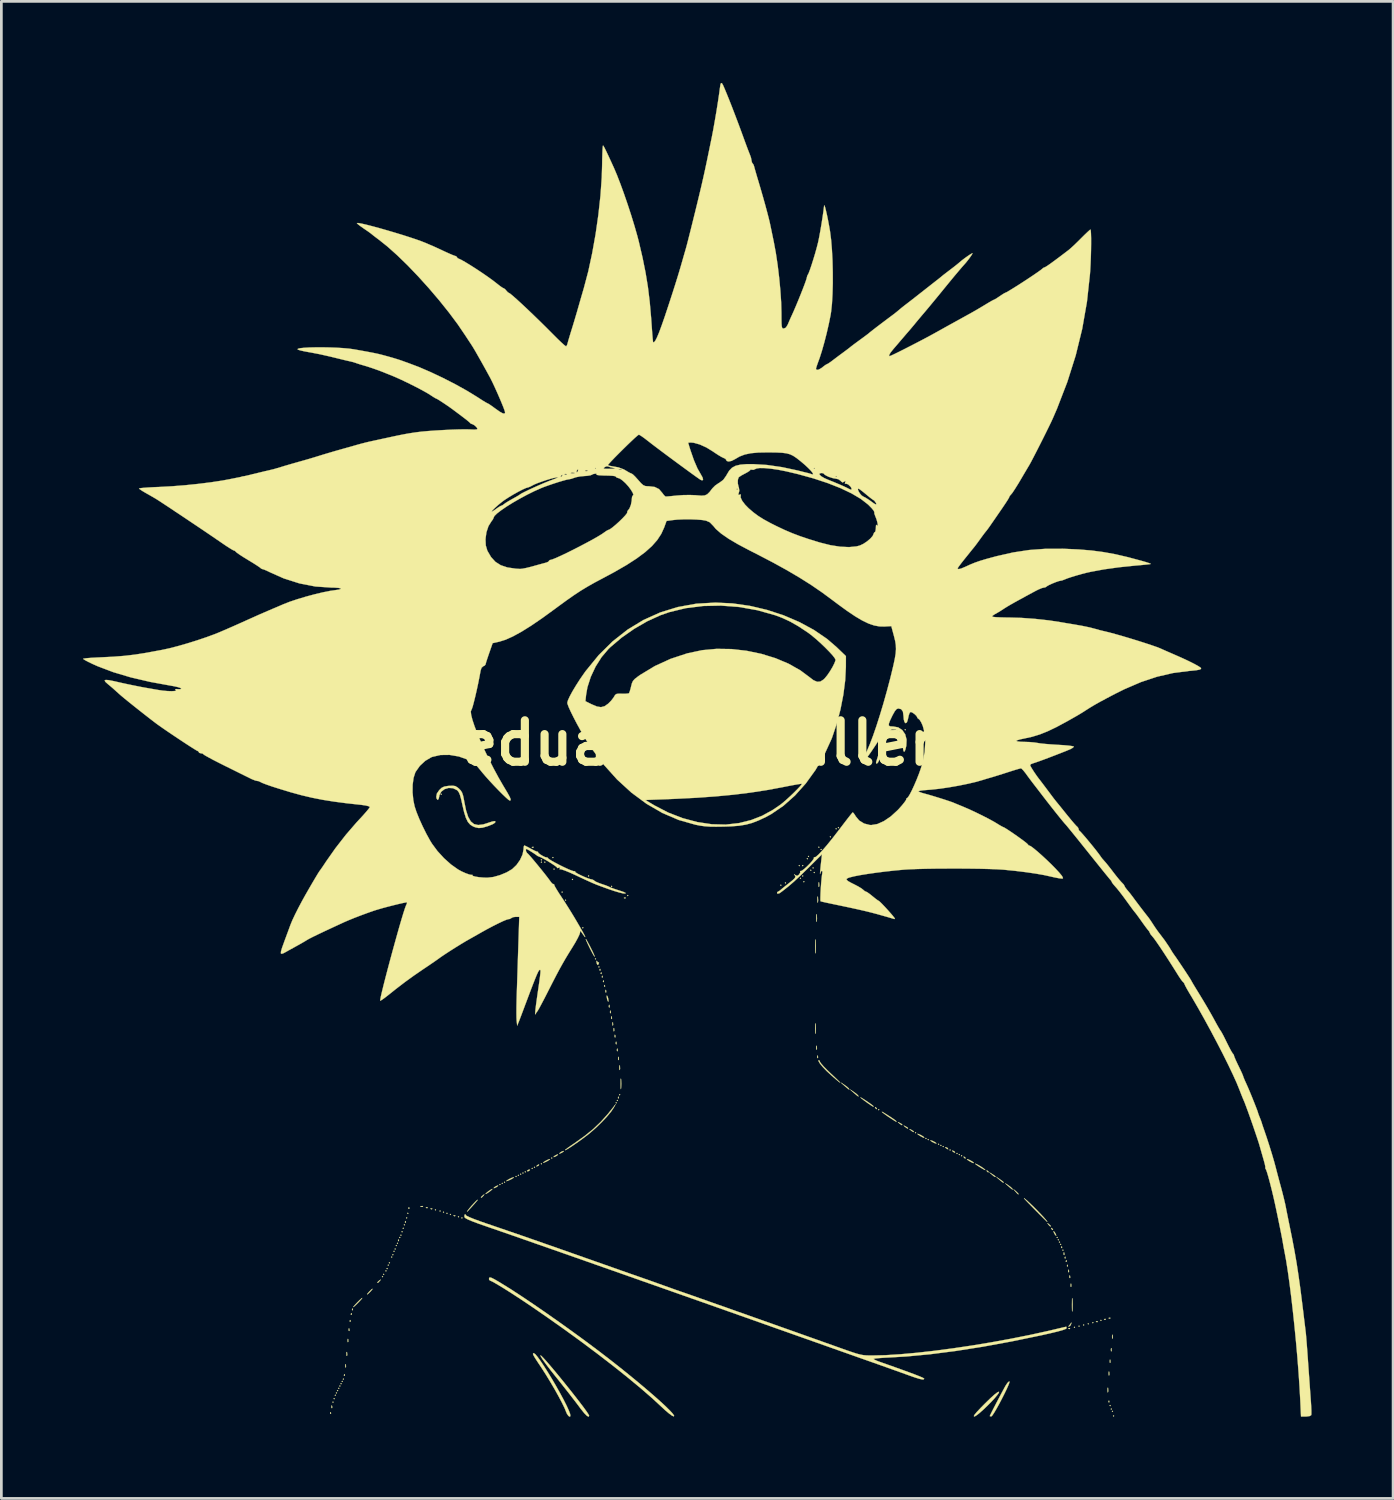
<source format=kicad_pcb>
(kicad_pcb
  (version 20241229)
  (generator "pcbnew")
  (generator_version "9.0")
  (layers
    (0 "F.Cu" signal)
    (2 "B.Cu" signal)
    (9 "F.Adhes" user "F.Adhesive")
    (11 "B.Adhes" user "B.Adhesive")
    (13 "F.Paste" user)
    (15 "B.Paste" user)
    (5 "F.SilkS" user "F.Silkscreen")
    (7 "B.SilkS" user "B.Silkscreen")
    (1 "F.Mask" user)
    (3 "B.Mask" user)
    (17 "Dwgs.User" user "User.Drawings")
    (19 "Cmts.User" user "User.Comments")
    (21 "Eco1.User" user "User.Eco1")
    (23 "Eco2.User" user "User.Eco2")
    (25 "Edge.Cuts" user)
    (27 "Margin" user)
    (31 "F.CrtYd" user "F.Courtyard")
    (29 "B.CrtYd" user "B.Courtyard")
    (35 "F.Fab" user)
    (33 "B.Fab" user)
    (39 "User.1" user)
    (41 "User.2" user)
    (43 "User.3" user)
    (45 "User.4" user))
  (footprint "eduard_smaller"
    (layer "F.Cu")
    (at 22.635 24.27)
    (property "Reference" "eduard_smaller" (at 0 0 0) (layer "F.SilkS") (effects (font (size 1.524 1.524) (thickness 0.3))))
    (attr through_hole)
    (fp_poly (pts (xy -13.42 24.236) (xy -13.441 24.257) (xy -13.462 24.236) (xy -13.441 24.215) (xy -13.42 24.236)) (stroke (width 0.01) (type solid)) (fill yes) (layer "F.SilkS"))
    (fp_poly (pts (xy -13.377 24.109) (xy -13.399 24.13) (xy -13.42 24.109) (xy -13.399 24.088) (xy -13.377 24.109)) (stroke (width 0.01) (type solid)) (fill yes) (layer "F.SilkS"))
    (fp_poly (pts (xy -13.335 23.982) (xy -13.356 24.003) (xy -13.377 23.982) (xy -13.356 23.961) (xy -13.335 23.982)) (stroke (width 0.01) (type solid)) (fill yes) (layer "F.SilkS"))
    (fp_poly (pts (xy -13.293 23.897) (xy -13.314 23.918) (xy -13.335 23.897) (xy -13.314 23.876) (xy -13.293 23.897)) (stroke (width 0.01) (type solid)) (fill yes) (layer "F.SilkS"))
    (fp_poly (pts (xy -13.25 23.812) (xy -13.271 23.834) (xy -13.293 23.812) (xy -13.271 23.791) (xy -13.25 23.812)) (stroke (width 0.01) (type solid)) (fill yes) (layer "F.SilkS"))
    (fp_poly (pts (xy -13.208 23.728) (xy -13.229 23.749) (xy -13.25 23.728) (xy -13.229 23.707) (xy -13.208 23.728)) (stroke (width 0.01) (type solid)) (fill yes) (layer "F.SilkS"))
    (fp_poly (pts (xy -13.166 23.643) (xy -13.187 23.664) (xy -13.208 23.643) (xy -13.187 23.622) (xy -13.166 23.643)) (stroke (width 0.01) (type solid)) (fill yes) (layer "F.SilkS"))
    (fp_poly (pts (xy -13.123 23.558) (xy -13.145 23.58) (xy -13.166 23.558) (xy -13.145 23.537) (xy -13.123 23.558)) (stroke (width 0.01) (type solid)) (fill yes) (layer "F.SilkS"))
    (fp_poly (pts (xy -13.081 23.474) (xy -13.102 23.495) (xy -13.123 23.474) (xy -13.102 23.453) (xy -13.081 23.474)) (stroke (width 0.01) (type solid)) (fill yes) (layer "F.SilkS"))
    (fp_poly (pts (xy -13.039 23.389) (xy -13.06 23.41) (xy -13.081 23.389) (xy -13.06 23.368) (xy -13.039 23.389)) (stroke (width 0.01) (type solid)) (fill yes) (layer "F.SilkS"))
    (fp_poly (pts (xy -11.599 19.622) (xy -11.62 19.643) (xy -11.642 19.622) (xy -11.62 19.6) (xy -11.599 19.622)) (stroke (width 0.01) (type solid)) (fill yes) (layer "F.SilkS"))
    (fp_poly (pts (xy -11.557 19.537) (xy -11.578 19.558) (xy -11.599 19.537) (xy -11.578 19.516) (xy -11.557 19.537)) (stroke (width 0.01) (type solid)) (fill yes) (layer "F.SilkS"))
    (fp_poly (pts (xy -11.472 19.41) (xy -11.493 19.431) (xy -11.515 19.41) (xy -11.493 19.389) (xy -11.472 19.41)) (stroke (width 0.01) (type solid)) (fill yes) (layer "F.SilkS"))
    (fp_poly (pts (xy -11.43 19.325) (xy -11.451 19.346) (xy -11.472 19.325) (xy -11.451 19.304) (xy -11.43 19.325)) (stroke (width 0.01) (type solid)) (fill yes) (layer "F.SilkS"))
    (fp_poly (pts (xy -11.388 19.198) (xy -11.409 19.219) (xy -11.43 19.198) (xy -11.409 19.177) (xy -11.388 19.198)) (stroke (width 0.01) (type solid)) (fill yes) (layer "F.SilkS"))
    (fp_poly (pts (xy -11.345 19.113) (xy -11.367 19.135) (xy -11.388 19.113) (xy -11.367 19.092) (xy -11.345 19.113)) (stroke (width 0.01) (type solid)) (fill yes) (layer "F.SilkS"))
    (fp_poly (pts (xy -11.261 18.902) (xy -11.282 18.923) (xy -11.303 18.902) (xy -11.282 18.881) (xy -11.261 18.902)) (stroke (width 0.01) (type solid)) (fill yes) (layer "F.SilkS"))
    (fp_poly (pts (xy -11.218 18.817) (xy -11.239 18.838) (xy -11.261 18.817) (xy -11.239 18.796) (xy -11.218 18.817)) (stroke (width 0.01) (type solid)) (fill yes) (layer "F.SilkS"))
    (fp_poly (pts (xy -11.176 18.69) (xy -11.197 18.711) (xy -11.218 18.69) (xy -11.197 18.669) (xy -11.176 18.69)) (stroke (width 0.01) (type solid)) (fill yes) (layer "F.SilkS"))
    (fp_poly (pts (xy -11.134 18.605) (xy -11.155 18.627) (xy -11.176 18.605) (xy -11.155 18.584) (xy -11.134 18.605)) (stroke (width 0.01) (type solid)) (fill yes) (layer "F.SilkS"))
    (fp_poly (pts (xy -11.091 18.479) (xy -11.113 18.5) (xy -11.134 18.479) (xy -11.113 18.457) (xy -11.091 18.479)) (stroke (width 0.01) (type solid)) (fill yes) (layer "F.SilkS"))
    (fp_poly (pts (xy -11.049 18.394) (xy -11.07 18.415) (xy -11.091 18.394) (xy -11.07 18.373) (xy -11.049 18.394)) (stroke (width 0.01) (type solid)) (fill yes) (layer "F.SilkS"))
    (fp_poly (pts (xy -10.964 18.182) (xy -10.986 18.203) (xy -11.007 18.182) (xy -10.986 18.161) (xy -10.964 18.182)) (stroke (width 0.01) (type solid)) (fill yes) (layer "F.SilkS"))
    (fp_poly (pts (xy -10.922 18.098) (xy -10.943 18.119) (xy -10.964 18.098) (xy -10.943 18.076) (xy -10.922 18.098)) (stroke (width 0.01) (type solid)) (fill yes) (layer "F.SilkS"))
    (fp_poly (pts (xy -10.88 17.971) (xy -10.901 17.992) (xy -10.922 17.971) (xy -10.901 17.949) (xy -10.88 17.971)) (stroke (width 0.01) (type solid)) (fill yes) (layer "F.SilkS"))
    (fp_poly (pts (xy -10.837 17.843) (xy -10.858 17.865) (xy -10.88 17.843) (xy -10.858 17.822) (xy -10.837 17.843)) (stroke (width 0.01) (type solid)) (fill yes) (layer "F.SilkS"))
    (fp_poly (pts (xy -10.795 17.716) (xy -10.816 17.738) (xy -10.837 17.716) (xy -10.816 17.695) (xy -10.795 17.716)) (stroke (width 0.01) (type solid)) (fill yes) (layer "F.SilkS"))
    (fp_poly (pts (xy -10.71 17.462) (xy -10.732 17.484) (xy -10.753 17.462) (xy -10.732 17.441) (xy -10.71 17.462)) (stroke (width 0.01) (type solid)) (fill yes) (layer "F.SilkS"))
    (fp_poly (pts (xy -10.668 17.293) (xy -10.689 17.314) (xy -10.71 17.293) (xy -10.689 17.272) (xy -10.668 17.293)) (stroke (width 0.01) (type solid)) (fill yes) (layer "F.SilkS"))
    (fp_poly (pts (xy -9.652 17.166) (xy -9.673 17.187) (xy -9.694 17.166) (xy -9.673 17.145) (xy -9.652 17.166)) (stroke (width 0.01) (type solid)) (fill yes) (layer "F.SilkS"))
    (fp_poly (pts (xy -9.483 17.209) (xy -9.504 17.23) (xy -9.525 17.209) (xy -9.504 17.187) (xy -9.483 17.209)) (stroke (width 0.01) (type solid)) (fill yes) (layer "F.SilkS"))
    (fp_poly (pts (xy -9.44 1.884) (xy -9.461 1.905) (xy -9.483 1.884) (xy -9.461 1.863) (xy -9.44 1.884)) (stroke (width 0.01) (type solid)) (fill yes) (layer "F.SilkS"))
    (fp_poly (pts (xy -9.356 17.251) (xy -9.377 17.272) (xy -9.398 17.251) (xy -9.377 17.23) (xy -9.356 17.251)) (stroke (width 0.01) (type solid)) (fill yes) (layer "F.SilkS"))
    (fp_poly (pts (xy -9.229 17.293) (xy -9.25 17.314) (xy -9.271 17.293) (xy -9.25 17.272) (xy -9.229 17.293)) (stroke (width 0.01) (type solid)) (fill yes) (layer "F.SilkS"))
    (fp_poly (pts (xy -9.102 17.335) (xy -9.123 17.357) (xy -9.144 17.335) (xy -9.123 17.314) (xy -9.102 17.335)) (stroke (width 0.01) (type solid)) (fill yes) (layer "F.SilkS"))
    (fp_poly (pts (xy -8.805 17.42) (xy -8.826 17.441) (xy -8.848 17.42) (xy -8.826 17.399) (xy -8.805 17.42)) (stroke (width 0.01) (type solid)) (fill yes) (layer "F.SilkS"))
    (fp_poly (pts (xy -8.678 17.462) (xy -8.7 17.484) (xy -8.721 17.462) (xy -8.7 17.441) (xy -8.678 17.462)) (stroke (width 0.01) (type solid)) (fill yes) (layer "F.SilkS"))
    (fp_poly (pts (xy -7.281 16.235) (xy -7.303 16.256) (xy -7.324 16.235) (xy -7.303 16.214) (xy -7.281 16.235)) (stroke (width 0.01) (type solid)) (fill yes) (layer "F.SilkS"))
    (fp_poly (pts (xy -7.197 16.192) (xy -7.218 16.214) (xy -7.239 16.192) (xy -7.218 16.171) (xy -7.197 16.192)) (stroke (width 0.01) (type solid)) (fill yes) (layer "F.SilkS"))
    (fp_poly (pts (xy -7.112 16.15) (xy -7.133 16.171) (xy -7.154 16.15) (xy -7.133 16.129) (xy -7.112 16.15)) (stroke (width 0.01) (type solid)) (fill yes) (layer "F.SilkS"))
    (fp_poly (pts (xy -6.689 15.938) (xy -6.71 15.96) (xy -6.731 15.938) (xy -6.71 15.917) (xy -6.689 15.938)) (stroke (width 0.01) (type solid)) (fill yes) (layer "F.SilkS"))
    (fp_poly (pts (xy -6.604 15.896) (xy -6.625 15.917) (xy -6.646 15.896) (xy -6.625 15.875) (xy -6.604 15.896)) (stroke (width 0.01) (type solid)) (fill yes) (layer "F.SilkS"))
    (fp_poly (pts (xy -6.519 15.854) (xy -6.54 15.875) (xy -6.562 15.854) (xy -6.54 15.833) (xy -6.519 15.854)) (stroke (width 0.01) (type solid)) (fill yes) (layer "F.SilkS"))
    (fp_poly (pts (xy -6.435 15.812) (xy -6.456 15.833) (xy -6.477 15.812) (xy -6.456 15.79) (xy -6.435 15.812)) (stroke (width 0.01) (type solid)) (fill yes) (layer "F.SilkS"))
    (fp_poly (pts (xy -6.35 15.769) (xy -6.371 15.79) (xy -6.392 15.769) (xy -6.371 15.748) (xy -6.35 15.769)) (stroke (width 0.01) (type solid)) (fill yes) (layer "F.SilkS"))
    (fp_poly (pts (xy -6.096 15.642) (xy -6.117 15.663) (xy -6.138 15.642) (xy -6.117 15.621) (xy -6.096 15.642)) (stroke (width 0.01) (type solid)) (fill yes) (layer "F.SilkS"))
    (fp_poly (pts (xy -6.011 15.6) (xy -6.032 15.621) (xy -6.054 15.6) (xy -6.032 15.579) (xy -6.011 15.6)) (stroke (width 0.01) (type solid)) (fill yes) (layer "F.SilkS"))
    (fp_poly (pts (xy -5.757 4.297) (xy -5.779 4.318) (xy -5.8 4.297) (xy -5.779 4.276) (xy -5.757 4.297)) (stroke (width 0.01) (type solid)) (fill yes) (layer "F.SilkS"))
    (fp_poly (pts (xy -5.757 4.381) (xy -5.779 4.403) (xy -5.8 4.381) (xy -5.779 4.36) (xy -5.757 4.381)) (stroke (width 0.01) (type solid)) (fill yes) (layer "F.SilkS"))
    (fp_poly (pts (xy -5.757 15.473) (xy -5.779 15.494) (xy -5.8 15.473) (xy -5.779 15.452) (xy -5.757 15.473)) (stroke (width 0.01) (type solid)) (fill yes) (layer "F.SilkS"))
    (fp_poly (pts (xy -5.63 4.381) (xy -5.652 4.403) (xy -5.673 4.381) (xy -5.652 4.36) (xy -5.63 4.381)) (stroke (width 0.01) (type solid)) (fill yes) (layer "F.SilkS"))
    (fp_poly (pts (xy -5.376 15.261) (xy -5.397 15.282) (xy -5.419 15.261) (xy -5.397 15.24) (xy -5.376 15.261)) (stroke (width 0.01) (type solid)) (fill yes) (layer "F.SilkS"))
    (fp_poly (pts (xy -5.334 4.212) (xy -5.355 4.233) (xy -5.376 4.212) (xy -5.355 4.191) (xy -5.334 4.212)) (stroke (width 0.01) (type solid)) (fill yes) (layer "F.SilkS"))
    (fp_poly (pts (xy -5.292 4.636) (xy -5.313 4.657) (xy -5.334 4.636) (xy -5.313 4.614) (xy -5.292 4.636)) (stroke (width 0.01) (type solid)) (fill yes) (layer "F.SilkS"))
    (fp_poly (pts (xy -4.995 5.482) (xy -5.016 5.503) (xy -5.038 5.482) (xy -5.016 5.461) (xy -4.995 5.482)) (stroke (width 0.01) (type solid)) (fill yes) (layer "F.SilkS"))
    (fp_poly (pts (xy -4.868 5.779) (xy -4.889 5.8) (xy -4.911 5.779) (xy -4.889 5.757) (xy -4.868 5.779)) (stroke (width 0.01) (type solid)) (fill yes) (layer "F.SilkS"))
    (fp_poly (pts (xy -4.614 5.016) (xy -4.636 5.038) (xy -4.657 5.016) (xy -4.636 4.995) (xy -4.614 5.016)) (stroke (width 0.01) (type solid)) (fill yes) (layer "F.SilkS"))
    (fp_poly (pts (xy -4.233 6.795) (xy -4.255 6.816) (xy -4.276 6.795) (xy -4.255 6.773) (xy -4.233 6.795)) (stroke (width 0.01) (type solid)) (fill yes) (layer "F.SilkS"))
    (fp_poly (pts (xy -4.022 4.889) (xy -4.043 4.911) (xy -4.064 4.889) (xy -4.043 4.868) (xy -4.022 4.889)) (stroke (width 0.01) (type solid)) (fill yes) (layer "F.SilkS"))
    (fp_poly (pts (xy -3.768 7.938) (xy -3.789 7.959) (xy -3.81 7.938) (xy -3.789 7.916) (xy -3.768 7.938)) (stroke (width 0.01) (type solid)) (fill yes) (layer "F.SilkS"))
    (fp_poly (pts (xy -3.641 8.234) (xy -3.662 8.255) (xy -3.683 8.234) (xy -3.662 8.213) (xy -3.641 8.234)) (stroke (width 0.01) (type solid)) (fill yes) (layer "F.SilkS"))
    (fp_poly (pts (xy -3.175 5.271) (xy -3.196 5.292) (xy -3.217 5.271) (xy -3.196 5.249) (xy -3.175 5.271)) (stroke (width 0.01) (type solid)) (fill yes) (layer "F.SilkS"))
    (fp_poly (pts (xy -3.006 13.229) (xy -3.027 13.25) (xy -3.048 13.229) (xy -3.027 13.208) (xy -3.006 13.229)) (stroke (width 0.01) (type solid)) (fill yes) (layer "F.SilkS"))
    (fp_poly (pts (xy -2.963 13.145) (xy -2.985 13.166) (xy -3.006 13.145) (xy -2.985 13.123) (xy -2.963 13.145)) (stroke (width 0.01) (type solid)) (fill yes) (layer "F.SilkS"))
    (fp_poly (pts (xy -2.879 12.933) (xy -2.9 12.954) (xy -2.921 12.933) (xy -2.9 12.912) (xy -2.879 12.933)) (stroke (width 0.01) (type solid)) (fill yes) (layer "F.SilkS"))
    (fp_poly (pts (xy -2.582 5.609) (xy -2.603 5.63) (xy -2.625 5.609) (xy -2.603 5.588) (xy -2.582 5.609)) (stroke (width 0.01) (type solid)) (fill yes) (layer "F.SilkS"))
    (fp_poly (pts (xy 3.048 5.228) (xy 3.027 5.249) (xy 3.006 5.228) (xy 3.027 5.207) (xy 3.048 5.228)) (stroke (width 0.01) (type solid)) (fill yes) (layer "F.SilkS"))
    (fp_poly (pts (xy 3.217 5.144) (xy 3.196 5.165) (xy 3.175 5.144) (xy 3.196 5.122) (xy 3.217 5.144)) (stroke (width 0.01) (type solid)) (fill yes) (layer "F.SilkS"))
    (fp_poly (pts (xy 3.725 4.508) (xy 3.704 4.53) (xy 3.683 4.508) (xy 3.704 4.487) (xy 3.725 4.508)) (stroke (width 0.01) (type solid)) (fill yes) (layer "F.SilkS"))
    (fp_poly (pts (xy 3.768 4.974) (xy 3.747 4.995) (xy 3.725 4.974) (xy 3.747 4.953) (xy 3.768 4.974)) (stroke (width 0.01) (type solid)) (fill yes) (layer "F.SilkS"))
    (fp_poly (pts (xy 3.852 4.508) (xy 3.831 4.53) (xy 3.81 4.508) (xy 3.831 4.487) (xy 3.852 4.508)) (stroke (width 0.01) (type solid)) (fill yes) (layer "F.SilkS"))
    (fp_poly (pts (xy 3.852 4.889) (xy 3.831 4.911) (xy 3.81 4.889) (xy 3.831 4.868) (xy 3.852 4.889)) (stroke (width 0.01) (type solid)) (fill yes) (layer "F.SilkS"))
    (fp_poly (pts (xy 3.895 5.101) (xy 3.873 5.122) (xy 3.852 5.101) (xy 3.873 5.08) (xy 3.895 5.101)) (stroke (width 0.01) (type solid)) (fill yes) (layer "F.SilkS"))
    (fp_poly (pts (xy 4.022 4.255) (xy 4 4.276) (xy 3.979 4.255) (xy 4 4.233) (xy 4.022 4.255)) (stroke (width 0.01) (type solid)) (fill yes) (layer "F.SilkS"))
    (fp_poly (pts (xy 4.064 4.17) (xy 4.043 4.191) (xy 4.022 4.17) (xy 4.043 4.149) (xy 4.064 4.17)) (stroke (width 0.01) (type solid)) (fill yes) (layer "F.SilkS"))
    (fp_poly (pts (xy 4.149 4.678) (xy 4.128 4.699) (xy 4.106 4.678) (xy 4.128 4.657) (xy 4.149 4.678)) (stroke (width 0.01) (type solid)) (fill yes) (layer "F.SilkS"))
    (fp_poly (pts (xy 4.233 4.593) (xy 4.212 4.614) (xy 4.191 4.593) (xy 4.212 4.572) (xy 4.233 4.593)) (stroke (width 0.01) (type solid)) (fill yes) (layer "F.SilkS"))
    (fp_poly (pts (xy 4.276 4.763) (xy 4.255 4.784) (xy 4.233 4.763) (xy 4.255 4.741) (xy 4.276 4.763)) (stroke (width 0.01) (type solid)) (fill yes) (layer "F.SilkS"))
    (fp_poly (pts (xy 4.445 3.831) (xy 4.424 3.852) (xy 4.403 3.831) (xy 4.424 3.81) (xy 4.445 3.831)) (stroke (width 0.01) (type solid)) (fill yes) (layer "F.SilkS"))
    (fp_poly (pts (xy 4.53 3.916) (xy 4.508 3.937) (xy 4.487 3.916) (xy 4.508 3.895) (xy 4.53 3.916)) (stroke (width 0.01) (type solid)) (fill yes) (layer "F.SilkS"))
    (fp_poly (pts (xy 4.868 3.45) (xy 4.847 3.471) (xy 4.826 3.45) (xy 4.847 3.429) (xy 4.868 3.45)) (stroke (width 0.01) (type solid)) (fill yes) (layer "F.SilkS"))
    (fp_poly (pts (xy 5.08 3.154) (xy 5.059 3.175) (xy 5.038 3.154) (xy 5.059 3.133) (xy 5.08 3.154)) (stroke (width 0.01) (type solid)) (fill yes) (layer "F.SilkS"))
    (fp_poly (pts (xy 5.165 3.111) (xy 5.144 3.133) (xy 5.122 3.111) (xy 5.144 3.09) (xy 5.165 3.111)) (stroke (width 0.01) (type solid)) (fill yes) (layer "F.SilkS"))
    (fp_poly (pts (xy 6.646 13.483) (xy 6.625 13.504) (xy 6.604 13.483) (xy 6.625 13.462) (xy 6.646 13.483)) (stroke (width 0.01) (type solid)) (fill yes) (layer "F.SilkS"))
    (fp_poly (pts (xy 7.62 -0.487) (xy 7.599 -0.466) (xy 7.578 -0.487) (xy 7.599 -0.508) (xy 7.62 -0.487)) (stroke (width 0.01) (type solid)) (fill yes) (layer "F.SilkS"))
    (fp_poly (pts (xy 8.001 14.33) (xy 7.98 14.351) (xy 7.959 14.33) (xy 7.98 14.309) (xy 8.001 14.33)) (stroke (width 0.01) (type solid)) (fill yes) (layer "F.SilkS"))
    (fp_poly (pts (xy 8.382 14.541) (xy 8.361 14.563) (xy 8.34 14.541) (xy 8.361 14.52) (xy 8.382 14.541)) (stroke (width 0.01) (type solid)) (fill yes) (layer "F.SilkS"))
    (fp_poly (pts (xy 8.467 14.584) (xy 8.445 14.605) (xy 8.424 14.584) (xy 8.445 14.563) (xy 8.467 14.584)) (stroke (width 0.01) (type solid)) (fill yes) (layer "F.SilkS"))
    (fp_poly (pts (xy 8.848 14.753) (xy 8.826 14.774) (xy 8.805 14.753) (xy 8.826 14.732) (xy 8.848 14.753)) (stroke (width 0.01) (type solid)) (fill yes) (layer "F.SilkS"))
    (fp_poly (pts (xy 8.932 14.796) (xy 8.911 14.817) (xy 8.89 14.796) (xy 8.911 14.774) (xy 8.932 14.796)) (stroke (width 0.01) (type solid)) (fill yes) (layer "F.SilkS"))
    (fp_poly (pts (xy 9.017 14.838) (xy 8.996 14.859) (xy 8.975 14.838) (xy 8.996 14.817) (xy 9.017 14.838)) (stroke (width 0.01) (type solid)) (fill yes) (layer "F.SilkS"))
    (fp_poly (pts (xy 9.271 14.965) (xy 9.25 14.986) (xy 9.229 14.965) (xy 9.25 14.944) (xy 9.271 14.965)) (stroke (width 0.01) (type solid)) (fill yes) (layer "F.SilkS"))
    (fp_poly (pts (xy 9.525 15.092) (xy 9.504 15.113) (xy 9.483 15.092) (xy 9.504 15.071) (xy 9.525 15.092)) (stroke (width 0.01) (type solid)) (fill yes) (layer "F.SilkS"))
    (fp_poly (pts (xy 9.61 15.134) (xy 9.588 15.155) (xy 9.567 15.134) (xy 9.588 15.113) (xy 9.61 15.134)) (stroke (width 0.01) (type solid)) (fill yes) (layer "F.SilkS"))
    (fp_poly (pts (xy 9.694 15.177) (xy 9.673 15.198) (xy 9.652 15.177) (xy 9.673 15.155) (xy 9.694 15.177)) (stroke (width 0.01) (type solid)) (fill yes) (layer "F.SilkS"))
    (fp_poly (pts (xy 13.208 18.182) (xy 13.187 18.203) (xy 13.166 18.182) (xy 13.187 18.161) (xy 13.208 18.182)) (stroke (width 0.01) (type solid)) (fill yes) (layer "F.SilkS"))
    (fp_poly (pts (xy 13.25 18.267) (xy 13.229 18.288) (xy 13.208 18.267) (xy 13.229 18.246) (xy 13.25 18.267)) (stroke (width 0.01) (type solid)) (fill yes) (layer "F.SilkS"))
    (fp_poly (pts (xy 13.293 18.352) (xy 13.271 18.373) (xy 13.25 18.352) (xy 13.271 18.33) (xy 13.293 18.352)) (stroke (width 0.01) (type solid)) (fill yes) (layer "F.SilkS"))
    (fp_poly (pts (xy 13.335 18.436) (xy 13.314 18.457) (xy 13.293 18.436) (xy 13.314 18.415) (xy 13.335 18.436)) (stroke (width 0.01) (type solid)) (fill yes) (layer "F.SilkS"))
    (fp_poly (pts (xy 13.42 18.648) (xy 13.399 18.669) (xy 13.377 18.648) (xy 13.399 18.627) (xy 13.42 18.648)) (stroke (width 0.01) (type solid)) (fill yes) (layer "F.SilkS"))
    (fp_poly (pts (xy 13.843 21.484) (xy 13.822 21.505) (xy 13.801 21.484) (xy 13.822 21.463) (xy 13.843 21.484)) (stroke (width 0.01) (type solid)) (fill yes) (layer "F.SilkS"))
    (fp_poly (pts (xy 14.012 21.442) (xy 13.991 21.463) (xy 13.97 21.442) (xy 13.991 21.421) (xy 14.012 21.442)) (stroke (width 0.01) (type solid)) (fill yes) (layer "F.SilkS"))
    (fp_poly (pts (xy 14.182 21.399) (xy 14.161 21.421) (xy 14.139 21.399) (xy 14.161 21.378) (xy 14.182 21.399)) (stroke (width 0.01) (type solid)) (fill yes) (layer "F.SilkS"))
    (fp_poly (pts (xy 14.351 21.357) (xy 14.33 21.378) (xy 14.309 21.357) (xy 14.33 21.336) (xy 14.351 21.357)) (stroke (width 0.01) (type solid)) (fill yes) (layer "F.SilkS"))
    (fp_poly (pts (xy 14.52 21.315) (xy 14.499 21.336) (xy 14.478 21.315) (xy 14.499 21.294) (xy 14.52 21.315)) (stroke (width 0.01) (type solid)) (fill yes) (layer "F.SilkS"))
    (fp_poly (pts (xy 14.817 21.23) (xy 14.796 21.251) (xy 14.774 21.23) (xy 14.796 21.209) (xy 14.817 21.23)) (stroke (width 0.01) (type solid)) (fill yes) (layer "F.SilkS"))
    (fp_poly (pts (xy 15.155 24.363) (xy 15.134 24.384) (xy 15.113 24.363) (xy 15.134 24.342) (xy 15.155 24.363)) (stroke (width 0.01) (type solid)) (fill yes) (layer "F.SilkS"))
    (fp_poly (pts (xy 15.198 24.49) (xy 15.177 24.511) (xy 15.155 24.49) (xy 15.177 24.469) (xy 15.198 24.49)) (stroke (width 0.01) (type solid)) (fill yes) (layer "F.SilkS"))
    (fp_poly (pts (xy 15.24 24.575) (xy 15.219 24.596) (xy 15.198 24.575) (xy 15.219 24.553) (xy 15.24 24.575)) (stroke (width 0.01) (type solid)) (fill yes) (layer "F.SilkS"))
    (fp_poly (pts (xy 15.282 24.744) (xy 15.261 24.765) (xy 15.24 24.744) (xy 15.261 24.723) (xy 15.282 24.744)) (stroke (width 0.01) (type solid)) (fill yes) (layer "F.SilkS"))
    (fp_poly (pts (xy -13.518 24.61) (xy -13.513 24.66) (xy -13.518 24.666) (xy -13.544 24.66) (xy -13.547 24.638) (xy -13.531 24.603) (xy -13.518 24.61)) (stroke (width 0.01) (type solid)) (fill yes) (layer "F.SilkS"))
    (fp_poly (pts (xy -13.475 24.376) (xy -13.47 24.442) (xy -13.479 24.457) (xy -13.498 24.445) (xy -13.501 24.402) (xy -13.491 24.356) (xy -13.475 24.376)) (stroke (width 0.01) (type solid)) (fill yes) (layer "F.SilkS"))
    (fp_poly (pts (xy -13.01 23.213) (xy -13.005 23.263) (xy -13.01 23.269) (xy -13.036 23.263) (xy -13.039 23.241) (xy -13.023 23.206) (xy -13.01 23.213)) (stroke (width 0.01) (type solid)) (fill yes) (layer "F.SilkS"))
    (fp_poly (pts (xy -12.968 22.849) (xy -12.963 22.936) (xy -12.968 22.955) (xy -12.984 22.961) (xy -12.99 22.902) (xy -12.983 22.842) (xy -12.968 22.849)) (stroke (width 0.01) (type solid)) (fill yes) (layer "F.SilkS"))
    (fp_poly (pts (xy -12.884 21.918) (xy -12.878 22.005) (xy -12.884 22.024) (xy -12.899 22.029) (xy -12.905 21.971) (xy -12.898 21.911) (xy -12.884 21.918)) (stroke (width 0.01) (type solid)) (fill yes) (layer "F.SilkS"))
    (fp_poly (pts (xy -12.84 21.54) (xy -12.835 21.606) (xy -12.844 21.621) (xy -12.863 21.608) (xy -12.866 21.565) (xy -12.856 21.52) (xy -12.84 21.54)) (stroke (width 0.01) (type solid)) (fill yes) (layer "F.SilkS"))
    (fp_poly (pts (xy -12.799 21.223) (xy -12.794 21.273) (xy -12.799 21.28) (xy -12.824 21.274) (xy -12.827 21.251) (xy -12.812 21.216) (xy -12.799 21.223)) (stroke (width 0.01) (type solid)) (fill yes) (layer "F.SilkS"))
    (fp_poly (pts (xy -12.756 20.969) (xy -12.751 21.019) (xy -12.756 21.026) (xy -12.782 21.02) (xy -12.785 20.997) (xy -12.769 20.962) (xy -12.756 20.969)) (stroke (width 0.01) (type solid)) (fill yes) (layer "F.SilkS"))
    (fp_poly (pts (xy -12.714 20.8) (xy -12.709 20.85) (xy -12.714 20.856) (xy -12.739 20.85) (xy -12.742 20.828) (xy -12.727 20.793) (xy -12.714 20.8)) (stroke (width 0.01) (type solid)) (fill yes) (layer "F.SilkS"))
    (fp_poly (pts (xy -11.021 18.26) (xy -11.016 18.31) (xy -11.021 18.316) (xy -11.046 18.31) (xy -11.049 18.288) (xy -11.034 18.253) (xy -11.021 18.26)) (stroke (width 0.01) (type solid)) (fill yes) (layer "F.SilkS"))
    (fp_poly (pts (xy -10.767 17.582) (xy -10.762 17.633) (xy -10.767 17.639) (xy -10.792 17.633) (xy -10.795 17.611) (xy -10.78 17.576) (xy -10.767 17.582)) (stroke (width 0.01) (type solid)) (fill yes) (layer "F.SilkS"))
    (fp_poly (pts (xy -10.64 17.074) (xy -10.635 17.125) (xy -10.64 17.131) (xy -10.665 17.125) (xy -10.668 17.103) (xy -10.653 17.068) (xy -10.64 17.074)) (stroke (width 0.01) (type solid)) (fill yes) (layer "F.SilkS"))
    (fp_poly (pts (xy -10.129 17.035) (xy -10.142 17.054) (xy -10.185 17.057) (xy -10.23 17.047) (xy -10.21 17.031) (xy -10.144 17.026) (xy -10.129 17.035)) (stroke (width 0.01) (type solid)) (fill yes) (layer "F.SilkS"))
    (fp_poly (pts (xy -9.962 17.074) (xy -9.968 17.1) (xy -9.991 17.103) (xy -10.026 17.087) (xy -10.019 17.074) (xy -9.969 17.069) (xy -9.962 17.074)) (stroke (width 0.01) (type solid)) (fill yes) (layer "F.SilkS"))
    (fp_poly (pts (xy -9.793 17.117) (xy -9.799 17.142) (xy -9.821 17.145) (xy -9.856 17.13) (xy -9.85 17.117) (xy -9.799 17.112) (xy -9.793 17.117)) (stroke (width 0.01) (type solid)) (fill yes) (layer "F.SilkS"))
    (fp_poly (pts (xy -8.946 17.371) (xy -8.952 17.396) (xy -8.975 17.399) (xy -9.01 17.384) (xy -9.003 17.371) (xy -8.953 17.366) (xy -8.946 17.371)) (stroke (width 0.01) (type solid)) (fill yes) (layer "F.SilkS"))
    (fp_poly (pts (xy -6.068 3.824) (xy -6.074 3.849) (xy -6.096 3.852) (xy -6.131 3.837) (xy -6.124 3.824) (xy -6.074 3.819) (xy -6.068 3.824)) (stroke (width 0.01) (type solid)) (fill yes) (layer "F.SilkS"))
    (fp_poly (pts (xy -3.612 8.311) (xy -3.607 8.362) (xy -3.612 8.368) (xy -3.638 8.362) (xy -3.641 8.34) (xy -3.625 8.305) (xy -3.612 8.311)) (stroke (width 0.01) (type solid)) (fill yes) (layer "F.SilkS"))
    (fp_poly (pts (xy -3.57 8.438) (xy -3.565 8.489) (xy -3.57 8.495) (xy -3.595 8.489) (xy -3.598 8.467) (xy -3.583 8.432) (xy -3.57 8.438)) (stroke (width 0.01) (type solid)) (fill yes) (layer "F.SilkS"))
    (fp_poly (pts (xy -3.528 8.565) (xy -3.523 8.616) (xy -3.528 8.622) (xy -3.553 8.616) (xy -3.556 8.594) (xy -3.541 8.559) (xy -3.528 8.565)) (stroke (width 0.01) (type solid)) (fill yes) (layer "F.SilkS"))
    (fp_poly (pts (xy -3.485 8.735) (xy -3.48 8.785) (xy -3.485 8.791) (xy -3.511 8.785) (xy -3.514 8.763) (xy -3.498 8.728) (xy -3.485 8.735)) (stroke (width 0.01) (type solid)) (fill yes) (layer "F.SilkS"))
    (fp_poly (pts (xy -3.443 8.904) (xy -3.438 8.954) (xy -3.443 8.961) (xy -3.468 8.955) (xy -3.471 8.932) (xy -3.456 8.897) (xy -3.443 8.904)) (stroke (width 0.01) (type solid)) (fill yes) (layer "F.SilkS"))
    (fp_poly (pts (xy -3.4 9.094) (xy -3.395 9.16) (xy -3.403 9.175) (xy -3.423 9.162) (xy -3.426 9.119) (xy -3.415 9.074) (xy -3.4 9.094)) (stroke (width 0.01) (type solid)) (fill yes) (layer "F.SilkS"))
    (fp_poly (pts (xy -3.273 9.644) (xy -3.268 9.71) (xy -3.276 9.725) (xy -3.296 9.713) (xy -3.299 9.67) (xy -3.288 9.624) (xy -3.273 9.644)) (stroke (width 0.01) (type solid)) (fill yes) (layer "F.SilkS"))
    (fp_poly (pts (xy -3.231 9.856) (xy -3.226 9.922) (xy -3.234 9.937) (xy -3.253 9.924) (xy -3.256 9.881) (xy -3.246 9.836) (xy -3.231 9.856)) (stroke (width 0.01) (type solid)) (fill yes) (layer "F.SilkS"))
    (fp_poly (pts (xy -3.188 10.067) (xy -3.183 10.134) (xy -3.192 10.149) (xy -3.211 10.136) (xy -3.214 10.093) (xy -3.204 10.048) (xy -3.188 10.067)) (stroke (width 0.01) (type solid)) (fill yes) (layer "F.SilkS"))
    (fp_poly (pts (xy -3.147 10.276) (xy -3.141 10.363) (xy -3.147 10.382) (xy -3.162 10.388) (xy -3.168 10.329) (xy -3.162 10.269) (xy -3.147 10.276)) (stroke (width 0.01) (type solid)) (fill yes) (layer "F.SilkS"))
    (fp_poly (pts (xy -3.105 10.488) (xy -3.099 10.575) (xy -3.105 10.594) (xy -3.12 10.599) (xy -3.126 10.541) (xy -3.119 10.481) (xy -3.105 10.488)) (stroke (width 0.01) (type solid)) (fill yes) (layer "F.SilkS"))
    (fp_poly (pts (xy -3.061 10.745) (xy -3.056 10.811) (xy -3.065 10.826) (xy -3.084 10.813) (xy -3.087 10.77) (xy -3.077 10.725) (xy -3.061 10.745)) (stroke (width 0.01) (type solid)) (fill yes) (layer "F.SilkS"))
    (fp_poly (pts (xy -3.019 10.999) (xy -3.014 11.065) (xy -3.022 11.08) (xy -3.042 11.067) (xy -3.045 11.024) (xy -3.034 10.979) (xy -3.019 10.999)) (stroke (width 0.01) (type solid)) (fill yes) (layer "F.SilkS"))
    (fp_poly (pts (xy -2.977 11.253) (xy -2.972 11.319) (xy -2.98 11.334) (xy -2.999 11.321) (xy -3.002 11.278) (xy -2.992 11.233) (xy -2.977 11.253)) (stroke (width 0.01) (type solid)) (fill yes) (layer "F.SilkS"))
    (fp_poly (pts (xy -2.935 11.546) (xy -2.93 11.633) (xy -2.935 11.652) (xy -2.951 11.658) (xy -2.957 11.599) (xy -2.95 11.539) (xy -2.935 11.546)) (stroke (width 0.01) (type solid)) (fill yes) (layer "F.SilkS"))
    (fp_poly (pts (xy -2.935 13.01) (xy -2.93 13.061) (xy -2.935 13.067) (xy -2.96 13.061) (xy -2.963 13.039) (xy -2.948 13.004) (xy -2.935 13.01)) (stroke (width 0.01) (type solid)) (fill yes) (layer "F.SilkS"))
    (fp_poly (pts (xy -2.681 5.687) (xy -2.687 5.712) (xy -2.709 5.715) (xy -2.744 5.7) (xy -2.738 5.687) (xy -2.687 5.682) (xy -2.681 5.687)) (stroke (width 0.01) (type solid)) (fill yes) (layer "F.SilkS"))
    (fp_poly (pts (xy 4.389 11.507) (xy 4.394 11.573) (xy 4.386 11.588) (xy 4.367 11.575) (xy 4.364 11.532) (xy 4.374 11.487) (xy 4.389 11.507)) (stroke (width 0.01) (type solid)) (fill yes) (layer "F.SilkS"))
    (fp_poly (pts (xy 13.363 18.514) (xy 13.368 18.564) (xy 13.363 18.57) (xy 13.338 18.564) (xy 13.335 18.542) (xy 13.35 18.507) (xy 13.363 18.514)) (stroke (width 0.01) (type solid)) (fill yes) (layer "F.SilkS"))
    (fp_poly (pts (xy 13.449 18.746) (xy 13.454 18.812) (xy 13.445 18.827) (xy 13.426 18.814) (xy 13.423 18.771) (xy 13.433 18.726) (xy 13.449 18.746)) (stroke (width 0.01) (type solid)) (fill yes) (layer "F.SilkS"))
    (fp_poly (pts (xy 13.49 18.895) (xy 13.495 18.945) (xy 13.49 18.951) (xy 13.465 18.945) (xy 13.462 18.923) (xy 13.477 18.888) (xy 13.49 18.895)) (stroke (width 0.01) (type solid)) (fill yes) (layer "F.SilkS"))
    (fp_poly (pts (xy 13.533 19.022) (xy 13.538 19.072) (xy 13.533 19.078) (xy 13.507 19.072) (xy 13.504 19.05) (xy 13.52 19.015) (xy 13.533 19.022)) (stroke (width 0.01) (type solid)) (fill yes) (layer "F.SilkS"))
    (fp_poly (pts (xy 13.575 19.191) (xy 13.58 19.241) (xy 13.575 19.248) (xy 13.55 19.242) (xy 13.547 19.219) (xy 13.562 19.184) (xy 13.575 19.191)) (stroke (width 0.01) (type solid)) (fill yes) (layer "F.SilkS"))
    (fp_poly (pts (xy 13.618 19.381) (xy 13.623 19.447) (xy 13.615 19.462) (xy 13.595 19.449) (xy 13.592 19.406) (xy 13.603 19.361) (xy 13.618 19.381)) (stroke (width 0.01) (type solid)) (fill yes) (layer "F.SilkS"))
    (fp_poly (pts (xy 13.66 21.519) (xy 13.654 21.545) (xy 13.631 21.548) (xy 13.596 21.532) (xy 13.603 21.519) (xy 13.653 21.514) (xy 13.66 21.519)) (stroke (width 0.01) (type solid)) (fill yes) (layer "F.SilkS"))
    (fp_poly (pts (xy 13.66 19.592) (xy 13.665 19.659) (xy 13.657 19.674) (xy 13.638 19.661) (xy 13.635 19.618) (xy 13.645 19.573) (xy 13.66 19.592)) (stroke (width 0.01) (type solid)) (fill yes) (layer "F.SilkS"))
    (fp_poly (pts (xy 13.702 19.886) (xy 13.707 19.973) (xy 13.702 19.992) (xy 13.686 19.997) (xy 13.68 19.939) (xy 13.687 19.879) (xy 13.702 19.886)) (stroke (width 0.01) (type solid)) (fill yes) (layer "F.SilkS"))
    (fp_poly (pts (xy 14.676 21.265) (xy 14.67 21.291) (xy 14.647 21.294) (xy 14.612 21.278) (xy 14.619 21.265) (xy 14.669 21.26) (xy 14.676 21.265)) (stroke (width 0.01) (type solid)) (fill yes) (layer "F.SilkS"))
    (fp_poly (pts (xy 14.972 21.181) (xy 14.966 21.206) (xy 14.944 21.209) (xy 14.909 21.194) (xy 14.915 21.181) (xy 14.966 21.176) (xy 14.972 21.181)) (stroke (width 0.01) (type solid)) (fill yes) (layer "F.SilkS"))
    (fp_poly (pts (xy 15.099 24.186) (xy 15.104 24.237) (xy 15.099 24.243) (xy 15.074 24.237) (xy 15.071 24.215) (xy 15.086 24.18) (xy 15.099 24.186)) (stroke (width 0.01) (type solid)) (fill yes) (layer "F.SilkS"))
    (fp_poly (pts (xy 15.141 22.68) (xy 15.147 22.767) (xy 15.141 22.786) (xy 15.126 22.791) (xy 15.12 22.733) (xy 15.126 22.673) (xy 15.141 22.68)) (stroke (width 0.01) (type solid)) (fill yes) (layer "F.SilkS"))
    (fp_poly (pts (xy 15.141 21.138) (xy 15.135 21.164) (xy 15.113 21.167) (xy 15.078 21.151) (xy 15.085 21.138) (xy 15.135 21.133) (xy 15.141 21.138)) (stroke (width 0.01) (type solid)) (fill yes) (layer "F.SilkS"))
    (fp_poly (pts (xy 15.183 22.257) (xy 15.189 22.343) (xy 15.183 22.363) (xy 15.168 22.368) (xy 15.162 22.31) (xy 15.169 22.25) (xy 15.183 22.257)) (stroke (width 0.01) (type solid)) (fill yes) (layer "F.SilkS"))
    (fp_poly (pts (xy -6.202 15.706) (xy -6.247 15.741) (xy -6.296 15.747) (xy -6.308 15.731) (xy -6.274 15.704) (xy -6.242 15.69) (xy -6.198 15.687) (xy -6.202 15.706)) (stroke (width 0.01) (type solid)) (fill yes) (layer "F.SilkS"))
    (fp_poly (pts (xy -5.862 15.502) (xy -5.875 15.534) (xy -5.914 15.555) (xy -5.964 15.568) (xy -5.943 15.537) (xy -5.938 15.531) (xy -5.882 15.498) (xy -5.862 15.502)) (stroke (width 0.01) (type solid)) (fill yes) (layer "F.SilkS"))
    (fp_poly (pts (xy 6.513 13.394) (xy 6.558 13.437) (xy 6.549 13.462) (xy 6.543 13.462) (xy 6.507 13.432) (xy 6.494 13.413) (xy 6.489 13.384) (xy 6.513 13.394)) (stroke (width 0.01) (type solid)) (fill yes) (layer "F.SilkS"))
    (fp_poly (pts (xy 9.156 14.89) (xy 9.165 14.901) (xy 9.18 14.939) (xy 9.14 14.925) (xy 9.102 14.901) (xy 9.069 14.867) (xy 9.089 14.86) (xy 9.156 14.89)) (stroke (width 0.01) (type solid)) (fill yes) (layer "F.SilkS"))
    (fp_poly (pts (xy 9.41 15.017) (xy 9.419 15.028) (xy 9.434 15.066) (xy 9.394 15.052) (xy 9.356 15.028) (xy 9.323 14.994) (xy 9.343 14.987) (xy 9.41 15.017)) (stroke (width 0.01) (type solid)) (fill yes) (layer "F.SilkS"))
    (fp_poly (pts (xy 9.772 15.215) (xy 9.818 15.254) (xy 9.821 15.264) (xy 9.801 15.281) (xy 9.759 15.242) (xy 9.754 15.233) (xy 9.749 15.204) (xy 9.772 15.215)) (stroke (width 0.01) (type solid)) (fill yes) (layer "F.SilkS"))
    (fp_poly (pts (xy 10.619 15.723) (xy 10.664 15.762) (xy 10.668 15.772) (xy 10.648 15.789) (xy 10.606 15.75) (xy 10.6 15.741) (xy 10.595 15.712) (xy 10.619 15.723)) (stroke (width 0.01) (type solid)) (fill yes) (layer "F.SilkS"))
    (fp_poly (pts (xy 11.673 16.485) (xy 11.753 16.56) (xy 11.765 16.593) (xy 11.754 16.595) (xy 11.719 16.566) (xy 11.659 16.499) (xy 11.578 16.404) (xy 11.673 16.485)) (stroke (width 0.01) (type solid)) (fill yes) (layer "F.SilkS"))
    (fp_poly (pts (xy 12.99 17.839) (xy 13.035 17.882) (xy 13.026 17.907) (xy 13.02 17.907) (xy 12.984 17.877) (xy 12.971 17.858) (xy 12.966 17.829) (xy 12.99 17.839)) (stroke (width 0.01) (type solid)) (fill yes) (layer "F.SilkS"))
    (fp_poly (pts (xy -12.927 22.398) (xy -12.925 22.406) (xy -12.918 22.498) (xy -12.926 22.533) (xy -12.94 22.534) (xy -12.946 22.468) (xy -12.946 22.458) (xy -12.94 22.392) (xy -12.927 22.398)) (stroke (width 0.01) (type solid)) (fill yes) (layer "F.SilkS"))
    (fp_poly (pts (xy -11.697 19.75) (xy -11.721 19.78) (xy -11.783 19.846) (xy -11.81 19.846) (xy -11.811 19.838) (xy -11.782 19.803) (xy -11.737 19.764) (xy -11.687 19.728) (xy -11.697 19.75)) (stroke (width 0.01) (type solid)) (fill yes) (layer "F.SilkS"))
    (fp_poly (pts (xy -7.887 16.617) (xy -7.911 16.648) (xy -7.973 16.713) (xy -8 16.713) (xy -8.001 16.706) (xy -7.972 16.67) (xy -7.927 16.632) (xy -7.877 16.595) (xy -7.887 16.617)) (stroke (width 0.01) (type solid)) (fill yes) (layer "F.SilkS"))
    (fp_poly (pts (xy -7.366 16.274) (xy -7.398 16.308) (xy -7.451 16.341) (xy -7.516 16.368) (xy -7.535 16.365) (xy -7.503 16.331) (xy -7.451 16.298) (xy -7.385 16.271) (xy -7.366 16.274)) (stroke (width 0.01) (type solid)) (fill yes) (layer "F.SilkS"))
    (fp_poly (pts (xy -5.165 15.131) (xy -5.197 15.165) (xy -5.249 15.198) (xy -5.315 15.225) (xy -5.334 15.222) (xy -5.302 15.188) (xy -5.249 15.155) (xy -5.184 15.128) (xy -5.165 15.131)) (stroke (width 0.01) (type solid)) (fill yes) (layer "F.SilkS"))
    (fp_poly (pts (xy -4.953 15.004) (xy -4.985 15.038) (xy -5.038 15.071) (xy -5.103 15.098) (xy -5.122 15.095) (xy -5.09 15.061) (xy -5.038 15.028) (xy -4.972 15.001) (xy -4.953 15.004)) (stroke (width 0.01) (type solid)) (fill yes) (layer "F.SilkS"))
    (fp_poly (pts (xy -3.351 9.307) (xy -3.326 9.38) (xy -3.311 9.468) (xy -3.316 9.511) (xy -3.338 9.489) (xy -3.362 9.416) (xy -3.377 9.328) (xy -3.373 9.285) (xy -3.351 9.307)) (stroke (width 0.01) (type solid)) (fill yes) (layer "F.SilkS"))
    (fp_poly (pts (xy -2.892 11.864) (xy -2.885 11.971) (xy -2.892 12.012) (xy -2.904 12.025) (xy -2.911 11.967) (xy -2.911 11.938) (xy -2.907 11.861) (xy -2.896 11.852) (xy -2.892 11.864)) (stroke (width 0.01) (type solid)) (fill yes) (layer "F.SilkS"))
    (fp_poly (pts (xy 4.345 11.138) (xy 4.347 11.145) (xy 4.354 11.237) (xy 4.346 11.272) (xy 4.332 11.273) (xy 4.326 11.207) (xy 4.326 11.197) (xy 4.332 11.132) (xy 4.345 11.138)) (stroke (width 0.01) (type solid)) (fill yes) (layer "F.SilkS"))
    (fp_poly (pts (xy 4.348 6.318) (xy 4.355 6.455) (xy 4.348 6.551) (xy 4.339 6.577) (xy 4.333 6.529) (xy 4.331 6.435) (xy 4.333 6.33) (xy 4.34 6.291) (xy 4.348 6.318)) (stroke (width 0.01) (type solid)) (fill yes) (layer "F.SilkS"))
    (fp_poly (pts (xy 4.39 5.662) (xy 4.397 5.785) (xy 4.39 5.853) (xy 4.38 5.873) (xy 4.373 5.819) (xy 4.372 5.757) (xy 4.375 5.666) (xy 4.384 5.641) (xy 4.39 5.662)) (stroke (width 0.01) (type solid)) (fill yes) (layer "F.SilkS"))
    (fp_poly (pts (xy 4.432 5.133) (xy 4.438 5.24) (xy 4.432 5.281) (xy 4.42 5.294) (xy 4.413 5.236) (xy 4.412 5.207) (xy 4.417 5.13) (xy 4.428 5.121) (xy 4.432 5.133)) (stroke (width 0.01) (type solid)) (fill yes) (layer "F.SilkS"))
    (fp_poly (pts (xy 7.345 13.944) (xy 7.398 13.969) (xy 7.47 14.011) (xy 7.493 14.035) (xy 7.48 14.053) (xy 7.429 14.023) (xy 7.385 13.989) (xy 7.33 13.943) (xy 7.345 13.944)) (stroke (width 0.01) (type solid)) (fill yes) (layer "F.SilkS"))
    (fp_poly (pts (xy 7.557 14.071) (xy 7.609 14.096) (xy 7.682 14.138) (xy 7.705 14.162) (xy 7.691 14.18) (xy 7.641 14.15) (xy 7.596 14.116) (xy 7.542 14.07) (xy 7.557 14.071)) (stroke (width 0.01) (type solid)) (fill yes) (layer "F.SilkS"))
    (fp_poly (pts (xy 7.769 14.198) (xy 7.821 14.223) (xy 7.893 14.265) (xy 7.916 14.289) (xy 7.903 14.307) (xy 7.852 14.277) (xy 7.808 14.243) (xy 7.753 14.197) (xy 7.769 14.198)) (stroke (width 0.01) (type solid)) (fill yes) (layer "F.SilkS"))
    (fp_poly (pts (xy 10.806 15.856) (xy 10.886 15.909) (xy 10.922 15.942) (xy 10.922 15.943) (xy 10.904 15.957) (xy 10.843 15.918) (xy 10.789 15.872) (xy 10.689 15.785) (xy 10.806 15.856)) (stroke (width 0.01) (type solid)) (fill yes) (layer "F.SilkS"))
    (fp_poly (pts (xy 12.849 17.666) (xy 12.88 17.69) (xy 12.939 17.742) (xy 12.954 17.764) (xy 12.933 17.777) (xy 12.877 17.722) (xy 12.864 17.706) (xy 12.827 17.656) (xy 12.849 17.666)) (stroke (width 0.01) (type solid)) (fill yes) (layer "F.SilkS"))
    (fp_poly (pts (xy 13.091 17.982) (xy 13.123 18.034) (xy 13.151 18.099) (xy 13.147 18.119) (xy 13.113 18.086) (xy 13.081 18.034) (xy 13.054 17.969) (xy 13.057 17.949) (xy 13.091 17.982)) (stroke (width 0.01) (type solid)) (fill yes) (layer "F.SilkS"))
    (fp_poly (pts (xy 13.705 21.354) (xy 13.667 21.43) (xy 13.631 21.452) (xy 13.596 21.454) (xy 13.614 21.434) (xy 13.673 21.365) (xy 13.688 21.336) (xy 13.706 21.307) (xy 13.705 21.354)) (stroke (width 0.01) (type solid)) (fill yes) (layer "F.SilkS"))
    (fp_poly (pts (xy 15.058 23.717) (xy 15.064 23.825) (xy 15.058 23.865) (xy 15.045 23.879) (xy 15.039 23.82) (xy 15.038 23.791) (xy 15.043 23.714) (xy 15.054 23.705) (xy 15.058 23.717)) (stroke (width 0.01) (type solid)) (fill yes) (layer "F.SilkS"))
    (fp_poly (pts (xy 15.098 23.118) (xy 15.1 23.125) (xy 15.106 23.218) (xy 15.098 23.252) (xy 15.085 23.254) (xy 15.079 23.188) (xy 15.079 23.177) (xy 15.085 23.112) (xy 15.098 23.118)) (stroke (width 0.01) (type solid)) (fill yes) (layer "F.SilkS"))
    (fp_poly (pts (xy 15.225 21.763) (xy 15.227 21.771) (xy 15.233 21.863) (xy 15.225 21.898) (xy 15.212 21.899) (xy 15.206 21.833) (xy 15.206 21.823) (xy 15.212 21.757) (xy 15.225 21.763)) (stroke (width 0.01) (type solid)) (fill yes) (layer "F.SilkS"))
    (fp_poly (pts (xy 5.364 12.572) (xy 5.462 12.643) (xy 5.527 12.704) (xy 5.545 12.739) (xy 5.536 12.742) (xy 5.499 12.717) (xy 5.421 12.652) (xy 5.375 12.612) (xy 5.228 12.482) (xy 5.364 12.572)) (stroke (width 0.01) (type solid)) (fill yes) (layer "F.SilkS"))
    (fp_poly (pts (xy 5.703 12.826) (xy 5.8 12.897) (xy 5.866 12.958) (xy 5.883 12.993) (xy 5.875 12.996) (xy 5.837 12.971) (xy 5.759 12.906) (xy 5.713 12.866) (xy 5.567 12.736) (xy 5.703 12.826)) (stroke (width 0.01) (type solid)) (fill yes) (layer "F.SilkS"))
    (fp_poly (pts (xy 11.081 16.044) (xy 11.168 16.106) (xy 11.216 16.148) (xy 11.218 16.153) (xy 11.211 16.168) (xy 11.177 16.15) (xy 11.1 16.088) (xy 11.07 16.062) (xy 10.943 15.953) (xy 11.081 16.044)) (stroke (width 0.01) (type solid)) (fill yes) (layer "F.SilkS"))
    (fp_poly (pts (xy -2.851 12.35) (xy -2.848 12.372) (xy -2.841 12.531) (xy -2.848 12.689) (xy -2.855 12.727) (xy -2.861 12.688) (xy -2.864 12.582) (xy -2.864 12.531) (xy -2.863 12.403) (xy -2.858 12.34) (xy -2.851 12.35)) (stroke (width 0.01) (type solid)) (fill yes) (layer "F.SilkS"))
    (fp_poly (pts (xy 4.304 10.318) (xy 4.307 10.34) (xy 4.313 10.499) (xy 4.307 10.657) (xy 4.299 10.695) (xy 4.293 10.656) (xy 4.29 10.55) (xy 4.29 10.499) (xy 4.292 10.371) (xy 4.297 10.308) (xy 4.304 10.318)) (stroke (width 0.01) (type solid)) (fill yes) (layer "F.SilkS"))
    (fp_poly (pts (xy 8.595 14.627) (xy 8.678 14.668) (xy 8.74 14.711) (xy 8.743 14.729) (xy 8.742 14.729) (xy 8.677 14.71) (xy 8.594 14.668) (xy 8.532 14.626) (xy 8.529 14.608) (xy 8.53 14.608) (xy 8.595 14.627)) (stroke (width 0.01) (type solid)) (fill yes) (layer "F.SilkS"))
    (fp_poly (pts (xy -6.791 15.97) (xy -6.814 15.997) (xy -6.892 16.042) (xy -6.922 16.057) (xy -7.015 16.097) (xy -7.066 16.111) (xy -7.07 16.108) (xy -7.036 16.077) (xy -6.959 16.032) (xy -6.87 15.99) (xy -6.805 15.969) (xy -6.791 15.97)) (stroke (width 0.01) (type solid)) (fill yes) (layer "F.SilkS"))
    (fp_poly (pts (xy -3.727 8.02) (xy -3.725 8.039) (xy -3.701 8.071) (xy -3.683 8.065) (xy -3.659 8.072) (xy -3.667 8.105) (xy -3.698 8.164) (xy -3.725 8.142) (xy -3.743 8.101) (xy -3.755 8.03) (xy -3.747 8.009) (xy -3.727 8.02)) (stroke (width 0.01) (type solid)) (fill yes) (layer "F.SilkS"))
    (fp_poly (pts (xy 4.307 7.272) (xy 4.313 7.451) (xy 4.31 7.635) (xy 4.307 7.696) (xy 4.3 7.74) (xy 4.295 7.708) (xy 4.292 7.607) (xy 4.291 7.472) (xy 4.293 7.322) (xy 4.296 7.235) (xy 4.301 7.22) (xy 4.307 7.272)) (stroke (width 0.01) (type solid)) (fill yes) (layer "F.SilkS"))
    (fp_poly (pts (xy 8.098 14.381) (xy 8.17 14.415) (xy 8.256 14.464) (xy 8.297 14.498) (xy 8.297 14.5) (xy 8.292 14.516) (xy 8.262 14.508) (xy 8.186 14.468) (xy 8.16 14.454) (xy 8.067 14.396) (xy 8.048 14.369) (xy 8.098 14.381)) (stroke (width 0.01) (type solid)) (fill yes) (layer "F.SilkS"))
    (fp_poly (pts (xy 9.918 15.312) (xy 9.991 15.346) (xy 10.076 15.395) (xy 10.117 15.429) (xy 10.118 15.432) (xy 10.113 15.447) (xy 10.083 15.439) (xy 10.006 15.399) (xy 9.98 15.385) (xy 9.888 15.328) (xy 9.868 15.3) (xy 9.918 15.312)) (stroke (width 0.01) (type solid)) (fill yes) (layer "F.SilkS"))
    (fp_poly (pts (xy 11.312 16.212) (xy 11.376 16.254) (xy 11.471 16.323) (xy 11.531 16.377) (xy 11.537 16.385) (xy 11.553 16.42) (xy 11.524 16.407) (xy 11.444 16.342) (xy 11.388 16.293) (xy 11.301 16.216) (xy 11.276 16.191) (xy 11.312 16.212)) (stroke (width 0.01) (type solid)) (fill yes) (layer "F.SilkS"))
    (fp_poly (pts (xy 13.747 20.458) (xy 13.754 20.635) (xy 13.75 20.822) (xy 13.747 20.86) (xy 13.741 20.907) (xy 13.735 20.877) (xy 13.732 20.778) (xy 13.731 20.659) (xy 13.733 20.512) (xy 13.736 20.428) (xy 13.742 20.414) (xy 13.747 20.458)) (stroke (width 0.01) (type solid)) (fill yes) (layer "F.SilkS"))
    (fp_poly (pts (xy -12.38 20.432) (xy -12.441 20.502) (xy -12.509 20.574) (xy -12.603 20.667) (xy -12.672 20.728) (xy -12.696 20.743) (xy -12.681 20.716) (xy -12.62 20.646) (xy -12.552 20.574) (xy -12.458 20.481) (xy -12.389 20.42) (xy -12.365 20.405) (xy -12.38 20.432)) (stroke (width 0.01) (type solid)) (fill yes) (layer "F.SilkS"))
    (fp_poly (pts (xy -11.998 20.093) (xy -12.052 20.158) (xy -12.065 20.172) (xy -12.137 20.243) (xy -12.183 20.277) (xy -12.186 20.278) (xy -12.175 20.251) (xy -12.12 20.186) (xy -12.107 20.172) (xy -12.035 20.101) (xy -11.989 20.067) (xy -11.987 20.066) (xy -11.998 20.093)) (stroke (width 0.01) (type solid)) (fill yes) (layer "F.SilkS"))
    (fp_poly (pts (xy -8.131 16.815) (xy -8.194 16.891) (xy -8.231 16.933) (xy -8.379 17.099) (xy -8.474 17.2) (xy -8.513 17.236) (xy -8.498 17.208) (xy -8.436 17.124) (xy -8.324 16.991) (xy -8.201 16.862) (xy -8.165 16.828) (xy -8.121 16.792) (xy -8.131 16.815)) (stroke (width 0.01) (type solid)) (fill yes) (layer "F.SilkS"))
    (fp_poly (pts (xy -7.578 16.398) (xy -7.609 16.434) (xy -7.685 16.496) (xy -7.705 16.51) (xy -7.786 16.563) (xy -7.83 16.582) (xy -7.832 16.579) (xy -7.801 16.543) (xy -7.724 16.482) (xy -7.705 16.468) (xy -7.623 16.414) (xy -7.58 16.396) (xy -7.578 16.398)) (stroke (width 0.01) (type solid)) (fill yes) (layer "F.SilkS"))
    (fp_poly (pts (xy -5.461 15.301) (xy -5.494 15.333) (xy -5.576 15.382) (xy -5.588 15.388) (xy -5.673 15.427) (xy -5.714 15.435) (xy -5.715 15.433) (xy -5.682 15.401) (xy -5.6 15.352) (xy -5.588 15.346) (xy -5.503 15.307) (xy -5.462 15.299) (xy -5.461 15.301)) (stroke (width 0.01) (type solid)) (fill yes) (layer "F.SilkS"))
    (fp_poly (pts (xy 10.232 15.489) (xy 10.266 15.507) (xy 10.365 15.563) (xy 10.458 15.624) (xy 10.525 15.676) (xy 10.545 15.702) (xy 10.541 15.703) (xy 10.495 15.683) (xy 10.405 15.632) (xy 10.361 15.605) (xy 10.244 15.53) (xy 10.18 15.482) (xy 10.174 15.466) (xy 10.232 15.489)) (stroke (width 0.01) (type solid)) (fill yes) (layer "F.SilkS"))
    (fp_poly (pts (xy 6.787 13.58) (xy 6.837 13.61) (xy 7.056 13.748) (xy 7.201 13.847) (xy 7.273 13.906) (xy 7.272 13.928) (xy 7.27 13.928) (xy 7.232 13.906) (xy 7.143 13.85) (xy 7.027 13.774) (xy 6.902 13.689) (xy 6.807 13.619) (xy 6.75 13.573) (xy 6.741 13.557) (xy 6.787 13.58)) (stroke (width 0.01) (type solid)) (fill yes) (layer "F.SilkS"))
    (fp_poly (pts (xy -4.128 7.227) (xy -4.08 7.309) (xy -4.012 7.436) (xy -3.975 7.508) (xy -3.9 7.658) (xy -3.846 7.776) (xy -3.82 7.845) (xy -3.82 7.856) (xy -3.844 7.828) (xy -3.895 7.74) (xy -3.964 7.609) (xy -3.992 7.554) (xy -4.064 7.405) (xy -4.118 7.286) (xy -4.145 7.216) (xy -4.147 7.207) (xy -4.128 7.227)) (stroke (width 0.01) (type solid)) (fill yes) (layer "F.SilkS"))
    (fp_poly (pts (xy 6.027 13.069) (xy 6.136 13.139) (xy 6.17 13.161) (xy 6.297 13.248) (xy 6.39 13.317) (xy 6.434 13.355) (xy 6.435 13.358) (xy 6.431 13.371) (xy 6.411 13.366) (xy 6.358 13.334) (xy 6.257 13.265) (xy 6.207 13.23) (xy 6.087 13.143) (xy 5.992 13.07) (xy 5.953 13.035) (xy 5.962 13.032) (xy 6.027 13.069)) (stroke (width 0.01) (type solid)) (fill yes) (layer "F.SilkS"))
    (fp_poly (pts (xy 12.032 16.786) (xy 12.096 16.841) (xy 12.206 16.943) (xy 12.334 17.067) (xy 12.468 17.202) (xy 12.595 17.335) (xy 12.705 17.454) (xy 12.784 17.546) (xy 12.823 17.599) (xy 12.821 17.607) (xy 12.788 17.577) (xy 12.705 17.497) (xy 12.583 17.376) (xy 12.432 17.224) (xy 12.298 17.088) (xy 12.13 16.916) (xy 12.02 16.801) (xy 11.968 16.743) (xy 11.973 16.738) (xy 12.032 16.786)) (stroke (width 0.01) (type solid)) (fill yes) (layer "F.SilkS"))
    (fp_poly (pts (xy 4.443 11.673) (xy 4.465 11.722) (xy 4.506 11.784) (xy 4.596 11.888) (xy 4.723 12.018) (xy 4.859 12.149) (xy 4.999 12.28) (xy 5.112 12.388) (xy 5.184 12.461) (xy 5.206 12.488) (xy 5.206 12.488) (xy 5.167 12.462) (xy 5.081 12.391) (xy 4.961 12.289) (xy 4.885 12.223) (xy 4.712 12.063) (xy 4.57 11.915) (xy 4.467 11.791) (xy 4.414 11.701) (xy 4.414 11.659) (xy 4.443 11.673)) (stroke (width 0.01) (type solid)) (fill yes) (layer "F.SilkS"))
    (fp_poly (pts (xy 11.049 23.855) (xy 11.042 23.895) (xy 10.983 23.978) (xy 10.886 24.093) (xy 10.761 24.228) (xy 10.621 24.369) (xy 10.479 24.505) (xy 10.346 24.624) (xy 10.235 24.713) (xy 10.158 24.761) (xy 10.14 24.765) (xy 10.123 24.748) (xy 10.154 24.692) (xy 10.237 24.594) (xy 10.375 24.447) (xy 10.526 24.294) (xy 10.728 24.097) (xy 10.884 23.956) (xy 10.992 23.874) (xy 11.047 23.854) (xy 11.049 23.855)) (stroke (width 0.01) (type solid)) (fill yes) (layer "F.SilkS"))
    (fp_poly (pts (xy -3.119 13.412) (xy -3.218 13.558) (xy -3.37 13.74) (xy -3.557 13.939) (xy -3.765 14.141) (xy -3.978 14.328) (xy -4.079 14.41) (xy -4.243 14.534) (xy -4.413 14.658) (xy -4.578 14.773) (xy -4.722 14.869) (xy -4.834 14.938) (xy -4.899 14.971) (xy -4.911 14.97) (xy -4.878 14.94) (xy -4.79 14.874) (xy -4.661 14.784) (xy -4.561 14.716) (xy -4.191 14.452) (xy -3.877 14.199) (xy -3.598 13.934) (xy -3.331 13.637) (xy -3.14 13.399) (xy -3.042 13.271) (xy -3.119 13.412)) (stroke (width 0.01) (type solid)) (fill yes) (layer "F.SilkS"))
    (fp_poly (pts (xy 11.429 23.52) (xy 11.39 23.622) (xy 11.325 23.768) (xy 11.24 23.943) (xy 11.144 24.132) (xy 11.045 24.32) (xy 10.949 24.492) (xy 10.865 24.633) (xy 10.801 24.729) (xy 10.763 24.764) (xy 10.763 24.764) (xy 10.714 24.753) (xy 10.71 24.746) (xy 10.729 24.703) (xy 10.779 24.601) (xy 10.853 24.456) (xy 10.942 24.284) (xy 11.038 24.101) (xy 11.133 23.921) (xy 11.218 23.763) (xy 11.285 23.64) (xy 11.29 23.632) (xy 11.356 23.532) (xy 11.412 23.479) (xy 11.433 23.476) (xy 11.429 23.52)) (stroke (width 0.01) (type solid)) (fill yes) (layer "F.SilkS"))
    (fp_poly (pts (xy -6.003 22.472) (xy -5.919 22.572) (xy -5.808 22.725) (xy -5.678 22.92) (xy -5.535 23.146) (xy -5.386 23.392) (xy -5.236 23.648) (xy -5.094 23.901) (xy -4.964 24.142) (xy -4.854 24.359) (xy -4.771 24.541) (xy -4.722 24.67) (xy -4.711 24.75) (xy -4.737 24.772) (xy -4.783 24.743) (xy -4.835 24.671) (xy -4.87 24.592) (xy -4.927 24.451) (xy -5.023 24.255) (xy -5.148 24.019) (xy -5.294 23.757) (xy -5.454 23.485) (xy -5.617 23.218) (xy -5.776 22.971) (xy -5.782 22.962) (xy -5.917 22.759) (xy -6.009 22.617) (xy -6.064 22.523) (xy -6.087 22.469) (xy -6.083 22.443) (xy -6.059 22.437) (xy -6.055 22.437) (xy -6.003 22.472)) (stroke (width 0.01) (type solid)) (fill yes) (layer "F.SilkS"))
    (fp_poly (pts (xy -5.777 22.538) (xy -5.698 22.618) (xy -5.582 22.746) (xy -5.438 22.914) (xy -5.271 23.112) (xy -5.09 23.332) (xy -4.903 23.563) (xy -4.716 23.797) (xy -4.537 24.024) (xy -4.373 24.235) (xy -4.232 24.421) (xy -4.122 24.572) (xy -4.049 24.681) (xy -4.022 24.736) (xy -4.022 24.737) (xy -4.043 24.772) (xy -4.104 24.74) (xy -4.2 24.644) (xy -4.326 24.488) (xy -4.381 24.414) (xy -4.485 24.275) (xy -4.63 24.087) (xy -4.803 23.864) (xy -4.994 23.622) (xy -5.188 23.378) (xy -5.242 23.311) (xy -5.441 23.06) (xy -5.602 22.85) (xy -5.72 22.686) (xy -5.792 22.574) (xy -5.813 22.519) (xy -5.811 22.516) (xy -5.777 22.538)) (stroke (width 0.01) (type solid)) (fill yes) (layer "F.SilkS"))
    (fp_poly (pts (xy -7.606 19.668) (xy -7.501 19.721) (xy -7.341 19.814) (xy -7.231 19.881) (xy -6.885 20.096) (xy -6.486 20.357) (xy -6.046 20.653) (xy -5.578 20.975) (xy -5.093 21.316) (xy -4.605 21.666) (xy -4.126 22.016) (xy -3.669 22.358) (xy -3.263 22.67) (xy -2.9 22.955) (xy -2.552 23.235) (xy -2.222 23.506) (xy -1.917 23.763) (xy -1.641 24) (xy -1.401 24.214) (xy -1.201 24.399) (xy -1.047 24.552) (xy -0.944 24.666) (xy -0.897 24.737) (xy -0.91 24.761) (xy -0.976 24.733) (xy -1.086 24.653) (xy -1.229 24.532) (xy -1.36 24.41) (xy -1.714 24.083) (xy -2.133 23.72) (xy -2.609 23.326) (xy -3.134 22.907) (xy -3.701 22.47) (xy -4.301 22.021) (xy -4.927 21.566) (xy -5.571 21.111) (xy -6.122 20.731) (xy -6.421 20.53) (xy -6.708 20.341) (xy -6.973 20.17) (xy -7.208 20.022) (xy -7.404 19.904) (xy -7.552 19.819) (xy -7.643 19.775) (xy -7.664 19.77) (xy -7.7 19.735) (xy -7.705 19.706) (xy -7.697 19.664) (xy -7.668 19.65) (xy -7.606 19.668)) (stroke (width 0.01) (type solid)) (fill yes) (layer "F.SilkS"))
    (fp_poly (pts (xy -8.942 1.585) (xy -8.861 1.634) (xy -8.809 1.678) (xy -8.74 1.75) (xy -8.692 1.831) (xy -8.655 1.944) (xy -8.621 2.113) (xy -8.613 2.159) (xy -8.548 2.478) (xy -8.47 2.718) (xy -8.374 2.884) (xy -8.254 2.982) (xy -8.103 3.016) (xy -7.915 2.993) (xy -7.715 2.929) (xy -7.591 2.888) (xy -7.502 2.872) (xy -7.472 2.878) (xy -7.48 2.928) (xy -7.564 2.984) (xy -7.727 3.05) (xy -7.765 3.063) (xy -7.943 3.114) (xy -8.079 3.127) (xy -8.205 3.101) (xy -8.286 3.07) (xy -8.393 3.004) (xy -8.481 2.903) (xy -8.554 2.754) (xy -8.62 2.544) (xy -8.682 2.279) (xy -8.729 2.063) (xy -8.771 1.914) (xy -8.812 1.817) (xy -8.858 1.754) (xy -8.882 1.733) (xy -9.029 1.662) (xy -9.188 1.652) (xy -9.339 1.697) (xy -9.459 1.789) (xy -9.527 1.92) (xy -9.533 1.959) (xy -9.558 2.061) (xy -9.595 2.092) (xy -9.63 2.047) (xy -9.644 1.983) (xy -9.621 1.858) (xy -9.535 1.733) (xy -9.446 1.648) (xy -9.35 1.602) (xy -9.211 1.579) (xy -9.178 1.576) (xy -9.036 1.57) (xy -8.942 1.585)) (stroke (width 0.01) (type solid)) (fill yes) (layer "F.SilkS"))
    (fp_poly (pts (xy -8.56 17.339) (xy -8.561 17.357) (xy -8.526 17.387) (xy -8.419 17.438) (xy -8.249 17.507) (xy -8.024 17.59) (xy -7.789 17.672) (xy -7.357 17.819) (xy -6.944 17.961) (xy -6.536 18.101) (xy -6.119 18.246) (xy -5.678 18.4) (xy -5.198 18.568) (xy -4.665 18.756) (xy -4.191 18.923) (xy -3.833 19.049) (xy -3.48 19.173) (xy -3.145 19.291) (xy -2.841 19.399) (xy -2.58 19.49) (xy -2.376 19.561) (xy -2.265 19.6) (xy -2.034 19.681) (xy -1.759 19.777) (xy -1.478 19.878) (xy -1.249 19.96) (xy -1.038 20.035) (xy -0.849 20.103) (xy -0.698 20.156) (xy -0.604 20.188) (xy -0.593 20.192) (xy -0.534 20.212) (xy -0.403 20.258) (xy -0.208 20.326) (xy 0.043 20.415) (xy 0.344 20.521) (xy 0.686 20.642) (xy 1.061 20.774) (xy 1.462 20.916) (xy 1.88 21.064) (xy 2.309 21.216) (xy 2.741 21.369) (xy 3.167 21.52) (xy 3.58 21.666) (xy 3.973 21.806) (xy 4.337 21.935) (xy 4.665 22.052) (xy 4.949 22.153) (xy 5.16 22.228) (xy 5.438 22.327) (xy 5.651 22.4) (xy 5.816 22.453) (xy 5.948 22.487) (xy 6.062 22.508) (xy 6.174 22.518) (xy 6.3 22.521) (xy 6.395 22.521) (xy 6.87 22.51) (xy 7.415 22.476) (xy 8.018 22.422) (xy 8.667 22.349) (xy 9.351 22.259) (xy 10.057 22.154) (xy 10.775 22.035) (xy 11.493 21.904) (xy 12.198 21.763) (xy 12.88 21.613) (xy 13.053 21.572) (xy 13.238 21.528) (xy 13.389 21.493) (xy 13.489 21.47) (xy 13.522 21.463) (xy 13.532 21.497) (xy 13.533 21.519) (xy 13.497 21.547) (xy 13.39 21.587) (xy 13.207 21.638) (xy 12.947 21.701) (xy 12.619 21.775) (xy 11.512 22.004) (xy 10.457 22.198) (xy 9.457 22.355) (xy 8.519 22.475) (xy 7.647 22.557) (xy 7.059 22.592) (xy 6.84 22.603) (xy 6.655 22.616) (xy 6.518 22.629) (xy 6.444 22.642) (xy 6.435 22.647) (xy 6.471 22.675) (xy 6.564 22.718) (xy 6.636 22.745) (xy 7.078 22.901) (xy 7.444 23.032) (xy 7.738 23.139) (xy 7.966 23.224) (xy 8.131 23.289) (xy 8.237 23.335) (xy 8.29 23.364) (xy 8.297 23.373) (xy 8.281 23.4) (xy 8.224 23.402) (xy 8.119 23.379) (xy 7.955 23.329) (xy 7.724 23.248) (xy 7.684 23.233) (xy 7.467 23.155) (xy 7.202 23.06) (xy 6.917 22.958) (xy 6.643 22.861) (xy 6.583 22.84) (xy 6.446 22.791) (xy 6.236 22.717) (xy 5.961 22.62) (xy 5.627 22.502) (xy 5.243 22.366) (xy 4.814 22.214) (xy 4.349 22.049) (xy 3.854 21.874) (xy 3.337 21.691) (xy 2.805 21.503) (xy 2.455 21.379) (xy 1.71 21.115) (xy 0.954 20.848) (xy 0.194 20.579) (xy -0.565 20.312) (xy -1.318 20.046) (xy -2.058 19.786) (xy -2.78 19.531) (xy -3.478 19.286) (xy -4.148 19.05) (xy -4.783 18.827) (xy -5.377 18.619) (xy -5.926 18.427) (xy -6.423 18.253) (xy -6.863 18.099) (xy -7.24 17.968) (xy -7.549 17.861) (xy -7.785 17.78) (xy -7.798 17.775) (xy -8.097 17.671) (xy -8.322 17.586) (xy -8.478 17.521) (xy -8.571 17.47) (xy -8.608 17.432) (xy -8.608 17.431) (xy -8.606 17.356) (xy -8.589 17.332) (xy -8.56 17.339)) (stroke (width 0.01) (type solid)) (fill yes) (layer "F.SilkS"))
    (fp_poly (pts (xy 1.252 -5.133) (xy 1.888 -5.042) (xy 2.518 -4.894) (xy 3.129 -4.694) (xy 3.709 -4.446) (xy 4.245 -4.156) (xy 4.725 -3.828) (xy 5.066 -3.535) (xy 5.419 -3.196) (xy 5.418 -2.794) (xy 5.393 -2.307) (xy 5.325 -1.778) (xy 5.219 -1.234) (xy 5.08 -0.702) (xy 4.914 -0.21) (xy 4.89 -0.148) (xy 4.621 0.44) (xy 4.304 0.988) (xy 3.944 1.487) (xy 3.547 1.93) (xy 3.122 2.308) (xy 2.673 2.614) (xy 2.477 2.721) (xy 2.211 2.846) (xy 1.974 2.938) (xy 1.742 3.001) (xy 1.492 3.042) (xy 1.2 3.065) (xy 0.931 3.074) (xy 0.646 3.078) (xy 0.421 3.075) (xy 0.234 3.062) (xy 0.061 3.039) (xy -0.117 3.004) (xy -0.732 2.829) (xy -1.331 2.572) (xy -1.91 2.237) (xy -2.101 2.095) (xy -1.956 2.095) (xy -1.616 2.298) (xy -1.113 2.559) (xy -0.585 2.763) (xy -0.048 2.907) (xy 0.485 2.987) (xy 1.001 3) (xy 1.487 2.945) (xy 1.489 2.945) (xy 1.935 2.833) (xy 2.342 2.674) (xy 2.734 2.458) (xy 3.005 2.273) (xy 3.111 2.189) (xy 3.241 2.075) (xy 3.382 1.946) (xy 3.521 1.812) (xy 3.644 1.688) (xy 3.74 1.586) (xy 3.793 1.519) (xy 3.799 1.499) (xy 3.755 1.503) (xy 3.642 1.52) (xy 3.473 1.55) (xy 3.262 1.59) (xy 3.067 1.629) (xy 2.492 1.735) (xy 1.903 1.825) (xy 1.287 1.901) (xy 0.632 1.963) (xy -0.077 2.014) (xy -0.852 2.053) (xy -1.179 2.067) (xy -1.956 2.095) (xy -2.101 2.095) (xy -2.466 1.826) (xy -2.994 1.343) (xy -3.492 0.789) (xy -3.955 0.169) (xy -3.973 0.142) (xy -4.09 -0.04) (xy -4.218 -0.254) (xy -4.351 -0.486) (xy -4.48 -0.722) (xy -4.598 -0.949) (xy -4.699 -1.153) (xy -4.775 -1.32) (xy -4.818 -1.437) (xy -4.826 -1.477) (xy -4.81 -1.537) (xy -4.159 -1.537) (xy -3.934 -1.425) (xy -3.74 -1.343) (xy -3.588 -1.318) (xy -3.457 -1.352) (xy -3.324 -1.444) (xy -3.322 -1.446) (xy -3.215 -1.554) (xy -3.128 -1.667) (xy -3.108 -1.7) (xy -3.065 -1.77) (xy -3.011 -1.805) (xy -2.92 -1.815) (xy -2.816 -1.812) (xy -2.683 -1.812) (xy -2.587 -1.821) (xy -2.557 -1.831) (xy -2.533 -1.886) (xy -2.5 -1.995) (xy -2.479 -2.084) (xy -2.449 -2.198) (xy -2.41 -2.282) (xy -2.343 -2.356) (xy -2.233 -2.442) (xy -2.142 -2.506) (xy -1.605 -2.83) (xy -1.023 -3.096) (xy -0.416 -3.296) (xy 0.134 -3.413) (xy 0.664 -3.462) (xy 1.213 -3.454) (xy 1.767 -3.391) (xy 2.31 -3.278) (xy 2.831 -3.118) (xy 3.313 -2.915) (xy 3.744 -2.671) (xy 4.057 -2.438) (xy 4.225 -2.31) (xy 4.361 -2.251) (xy 4.48 -2.26) (xy 4.596 -2.334) (xy 4.644 -2.381) (xy 4.736 -2.494) (xy 4.834 -2.638) (xy 4.926 -2.792) (xy 4.997 -2.933) (xy 5.035 -3.036) (xy 5.038 -3.059) (xy 5.007 -3.123) (xy 4.924 -3.23) (xy 4.799 -3.366) (xy 4.646 -3.521) (xy 4.477 -3.682) (xy 4.303 -3.837) (xy 4.137 -3.974) (xy 4.022 -4.06) (xy 3.68 -4.287) (xy 3.371 -4.464) (xy 3.069 -4.604) (xy 2.816 -4.699) (xy 2.164 -4.882) (xy 1.497 -5) (xy 0.827 -5.052) (xy 0.168 -5.038) (xy -0.47 -4.958) (xy -1.073 -4.812) (xy -1.4 -4.698) (xy -1.883 -4.478) (xy -2.368 -4.197) (xy -2.828 -3.875) (xy -3.237 -3.528) (xy -3.314 -3.454) (xy -3.565 -3.158) (xy -3.786 -2.809) (xy -3.963 -2.431) (xy -4.086 -2.049) (xy -4.134 -1.774) (xy -4.159 -1.537) (xy -4.81 -1.537) (xy -4.802 -1.569) (xy -4.735 -1.716) (xy -4.634 -1.903) (xy -4.504 -2.119) (xy -4.356 -2.35) (xy -4.195 -2.582) (xy -4.144 -2.652) (xy -3.67 -3.232) (xy -3.158 -3.738) (xy -2.61 -4.168) (xy -2.026 -4.523) (xy -1.409 -4.8) (xy -0.761 -5) (xy -0.082 -5.122) (xy 0.622 -5.163) (xy 1.252 -5.133)) (stroke (width 0.01) (type solid)) (fill yes) (layer "F.SilkS"))
    (fp_poly (pts (xy 0.856 -24.261) (xy 0.866 -24.251) (xy 0.899 -24.193) (xy 0.956 -24.065) (xy 1.033 -23.88) (xy 1.128 -23.646) (xy 1.234 -23.376) (xy 1.348 -23.079) (xy 1.466 -22.767) (xy 1.584 -22.449) (xy 1.65 -22.267) (xy 1.724 -22.064) (xy 1.794 -21.876) (xy 1.851 -21.727) (xy 1.886 -21.641) (xy 1.928 -21.524) (xy 1.947 -21.427) (xy 1.947 -21.422) (xy 1.965 -21.343) (xy 1.985 -21.318) (xy 2.023 -21.262) (xy 2.044 -21.199) (xy 2.065 -21.12) (xy 2.105 -20.981) (xy 2.156 -20.805) (xy 2.2 -20.659) (xy 2.283 -20.378) (xy 2.367 -20.087) (xy 2.447 -19.801) (xy 2.518 -19.538) (xy 2.576 -19.316) (xy 2.616 -19.152) (xy 2.624 -19.113) (xy 2.647 -19.006) (xy 2.682 -18.838) (xy 2.724 -18.634) (xy 2.768 -18.422) (xy 2.842 -18.023) (xy 2.909 -17.575) (xy 2.965 -17.105) (xy 3.009 -16.639) (xy 3.038 -16.203) (xy 3.048 -15.822) (xy 3.048 -15.822) (xy 3.049 -15.59) (xy 3.052 -15.43) (xy 3.059 -15.328) (xy 3.073 -15.271) (xy 3.096 -15.246) (xy 3.129 -15.24) (xy 3.135 -15.24) (xy 3.212 -15.274) (xy 3.279 -15.382) (xy 3.286 -15.399) (xy 3.349 -15.546) (xy 3.419 -15.703) (xy 3.431 -15.727) (xy 3.497 -15.874) (xy 3.577 -16.06) (xy 3.664 -16.268) (xy 3.751 -16.483) (xy 3.832 -16.688) (xy 3.901 -16.868) (xy 3.951 -17.008) (xy 3.977 -17.091) (xy 3.979 -17.105) (xy 4.001 -17.189) (xy 4.016 -17.211) (xy 4.048 -17.273) (xy 4.096 -17.4) (xy 4.155 -17.574) (xy 4.22 -17.779) (xy 4.286 -17.997) (xy 4.346 -18.211) (xy 4.395 -18.404) (xy 4.401 -18.429) (xy 4.435 -18.595) (xy 4.476 -18.818) (xy 4.519 -19.071) (xy 4.559 -19.326) (xy 4.593 -19.557) (xy 4.615 -19.737) (xy 4.617 -19.761) (xy 4.628 -19.768) (xy 4.652 -19.705) (xy 4.683 -19.585) (xy 4.721 -19.421) (xy 4.761 -19.226) (xy 4.801 -19.013) (xy 4.835 -18.817) (xy 4.875 -18.502) (xy 4.905 -18.135) (xy 4.926 -17.734) (xy 4.936 -17.316) (xy 4.937 -16.901) (xy 4.926 -16.507) (xy 4.906 -16.151) (xy 4.874 -15.853) (xy 4.856 -15.738) (xy 4.79 -15.412) (xy 4.711 -15.067) (xy 4.624 -14.728) (xy 4.536 -14.417) (xy 4.453 -14.158) (xy 4.426 -14.085) (xy 4.373 -13.939) (xy 4.334 -13.823) (xy 4.318 -13.759) (xy 4.318 -13.757) (xy 4.347 -13.718) (xy 4.421 -13.731) (xy 4.525 -13.791) (xy 4.564 -13.822) (xy 4.652 -13.89) (xy 4.711 -13.926) (xy 4.718 -13.928) (xy 4.766 -13.951) (xy 4.854 -14.011) (xy 4.903 -14.047) (xy 5.019 -14.135) (xy 5.169 -14.248) (xy 5.313 -14.354) (xy 5.438 -14.447) (xy 5.536 -14.521) (xy 5.586 -14.562) (xy 5.588 -14.564) (xy 5.63 -14.597) (xy 5.723 -14.667) (xy 5.853 -14.763) (xy 5.927 -14.817) (xy 6.068 -14.92) (xy 6.182 -15.005) (xy 6.252 -15.058) (xy 6.265 -15.07) (xy 6.304 -15.103) (xy 6.389 -15.17) (xy 6.524 -15.275) (xy 6.715 -15.42) (xy 6.966 -15.609) (xy 7.171 -15.762) (xy 7.283 -15.85) (xy 7.382 -15.932) (xy 7.382 -15.933) (xy 7.475 -16.01) (xy 7.592 -16.102) (xy 7.62 -16.123) (xy 7.711 -16.193) (xy 7.85 -16.301) (xy 8.018 -16.432) (xy 8.191 -16.568) (xy 8.368 -16.707) (xy 8.534 -16.837) (xy 8.67 -16.944) (xy 8.758 -17.013) (xy 8.859 -17.092) (xy 8.935 -17.154) (xy 8.949 -17.166) (xy 9.004 -17.211) (xy 9.107 -17.29) (xy 9.235 -17.388) (xy 9.25 -17.399) (xy 9.387 -17.504) (xy 9.507 -17.599) (xy 9.586 -17.664) (xy 9.588 -17.667) (xy 9.68 -17.744) (xy 9.793 -17.83) (xy 9.907 -17.911) (xy 10.004 -17.975) (xy 10.064 -18.007) (xy 10.075 -18.006) (xy 10.052 -17.96) (xy 9.993 -17.872) (xy 9.916 -17.768) (xy 9.84 -17.672) (xy 9.802 -17.628) (xy 9.707 -17.522) (xy 9.568 -17.359) (xy 9.392 -17.15) (xy 9.189 -16.903) (xy 8.989 -16.658) (xy 8.818 -16.448) (xy 8.639 -16.231) (xy 8.471 -16.028) (xy 8.333 -15.863) (xy 8.307 -15.833) (xy 8.179 -15.682) (xy 8.062 -15.542) (xy 7.973 -15.435) (xy 7.945 -15.4) (xy 7.853 -15.29) (xy 7.75 -15.168) (xy 7.736 -15.152) (xy 7.643 -15.045) (xy 7.526 -14.908) (xy 7.439 -14.807) (xy 7.328 -14.676) (xy 7.223 -14.554) (xy 7.163 -14.484) (xy 7.061 -14.357) (xy 7.01 -14.268) (xy 7.014 -14.226) (xy 7.025 -14.224) (xy 7.075 -14.243) (xy 7.188 -14.295) (xy 7.35 -14.374) (xy 7.549 -14.474) (xy 7.772 -14.588) (xy 8.007 -14.709) (xy 8.241 -14.831) (xy 8.461 -14.948) (xy 8.655 -15.054) (xy 8.763 -15.114) (xy 8.943 -15.214) (xy 9.125 -15.316) (xy 9.275 -15.399) (xy 9.292 -15.408) (xy 9.455 -15.498) (xy 9.626 -15.592) (xy 9.694 -15.63) (xy 9.856 -15.72) (xy 10.028 -15.815) (xy 10.075 -15.842) (xy 10.209 -15.918) (xy 10.378 -16.018) (xy 10.548 -16.12) (xy 10.552 -16.123) (xy 10.689 -16.205) (xy 10.797 -16.267) (xy 10.857 -16.297) (xy 10.862 -16.298) (xy 10.907 -16.32) (xy 10.998 -16.377) (xy 11.07 -16.425) (xy 11.177 -16.497) (xy 11.253 -16.543) (xy 11.275 -16.552) (xy 11.325 -16.575) (xy 11.431 -16.636) (xy 11.579 -16.727) (xy 11.756 -16.838) (xy 11.948 -16.962) (xy 12.14 -17.088) (xy 12.32 -17.208) (xy 12.474 -17.314) (xy 12.587 -17.395) (xy 12.646 -17.443) (xy 12.651 -17.449) (xy 12.699 -17.483) (xy 12.708 -17.484) (xy 12.744 -17.497) (xy 12.815 -17.54) (xy 12.927 -17.617) (xy 13.086 -17.733) (xy 13.298 -17.891) (xy 13.569 -18.097) (xy 13.61 -18.128) (xy 13.693 -18.199) (xy 13.816 -18.312) (xy 13.96 -18.452) (xy 14.061 -18.553) (xy 14.195 -18.686) (xy 14.307 -18.793) (xy 14.383 -18.861) (xy 14.411 -18.881) (xy 14.423 -18.841) (xy 14.43 -18.73) (xy 14.435 -18.563) (xy 14.435 -18.354) (xy 14.432 -18.116) (xy 14.425 -17.865) (xy 14.415 -17.612) (xy 14.402 -17.374) (xy 14.393 -17.246) (xy 14.282 -16.223) (xy 14.108 -15.23) (xy 13.869 -14.253) (xy 13.561 -13.278) (xy 13.18 -12.29) (xy 13.018 -11.917) (xy 12.963 -11.798) (xy 12.88 -11.627) (xy 12.778 -11.42) (xy 12.664 -11.191) (xy 12.545 -10.955) (xy 12.429 -10.727) (xy 12.323 -10.522) (xy 12.236 -10.355) (xy 12.173 -10.24) (xy 12.151 -10.202) (xy 12.113 -10.139) (xy 12.044 -10.022) (xy 11.956 -9.874) (xy 11.913 -9.8) (xy 11.759 -9.539) (xy 11.631 -9.335) (xy 11.536 -9.192) (xy 11.474 -9.118) (xy 11.462 -9.109) (xy 11.43 -9.06) (xy 11.43 -9.057) (xy 11.416 -9.021) (xy 11.372 -8.945) (xy 11.294 -8.824) (xy 11.177 -8.65) (xy 11.018 -8.419) (xy 10.861 -8.191) (xy 10.772 -8.063) (xy 10.696 -7.953) (xy 10.659 -7.901) (xy 10.595 -7.815) (xy 10.561 -7.774) (xy 10.515 -7.716) (xy 10.438 -7.613) (xy 10.351 -7.493) (xy 10.259 -7.366) (xy 10.182 -7.263) (xy 10.14 -7.209) (xy 10.073 -7.127) (xy 10.053 -7.103) (xy 10.008 -7.047) (xy 9.925 -6.943) (xy 9.818 -6.81) (xy 9.767 -6.747) (xy 9.661 -6.612) (xy 9.578 -6.502) (xy 9.531 -6.433) (xy 9.525 -6.419) (xy 9.559 -6.393) (xy 9.658 -6.415) (xy 9.818 -6.483) (xy 9.821 -6.484) (xy 9.993 -6.563) (xy 10.162 -6.632) (xy 10.349 -6.697) (xy 10.572 -6.764) (xy 10.851 -6.84) (xy 10.964 -6.87) (xy 11.568 -7.007) (xy 12.154 -7.096) (xy 12.753 -7.14) (xy 13.394 -7.142) (xy 13.462 -7.14) (xy 13.976 -7.117) (xy 14.442 -7.079) (xy 14.884 -7.021) (xy 15.325 -6.941) (xy 15.789 -6.833) (xy 16.302 -6.695) (xy 16.418 -6.662) (xy 16.538 -6.624) (xy 16.614 -6.595) (xy 16.63 -6.583) (xy 16.585 -6.575) (xy 16.472 -6.562) (xy 16.306 -6.545) (xy 16.105 -6.527) (xy 16.066 -6.524) (xy 15.465 -6.462) (xy 14.912 -6.385) (xy 14.424 -6.295) (xy 14.266 -6.26) (xy 14.087 -6.214) (xy 13.894 -6.159) (xy 13.71 -6.103) (xy 13.558 -6.052) (xy 13.461 -6.013) (xy 13.452 -6.009) (xy 13.361 -5.975) (xy 13.32 -5.969) (xy 13.247 -5.953) (xy 13.133 -5.914) (xy 13.004 -5.862) (xy 12.887 -5.808) (xy 12.809 -5.764) (xy 12.792 -5.748) (xy 12.743 -5.72) (xy 12.699 -5.715) (xy 12.622 -5.696) (xy 12.5 -5.645) (xy 12.385 -5.588) (xy 12.071 -5.418) (xy 11.822 -5.282) (xy 11.628 -5.175) (xy 11.479 -5.091) (xy 11.365 -5.024) (xy 11.276 -4.969) (xy 11.26 -4.959) (xy 11.106 -4.859) (xy 10.995 -4.792) (xy 10.904 -4.741) (xy 10.89 -4.734) (xy 10.818 -4.685) (xy 10.795 -4.65) (xy 10.835 -4.637) (xy 10.944 -4.626) (xy 11.108 -4.619) (xy 11.312 -4.614) (xy 11.398 -4.614) (xy 11.868 -4.601) (xy 12.378 -4.564) (xy 12.889 -4.508) (xy 13.314 -4.443) (xy 13.504 -4.41) (xy 13.705 -4.377) (xy 13.801 -4.361) (xy 14.113 -4.306) (xy 14.386 -4.249) (xy 14.598 -4.193) (xy 14.605 -4.191) (xy 14.751 -4.15) (xy 14.908 -4.112) (xy 14.922 -4.109) (xy 15.092 -4.068) (xy 15.314 -4.008) (xy 15.573 -3.935) (xy 15.851 -3.852) (xy 16.132 -3.766) (xy 16.402 -3.68) (xy 16.642 -3.601) (xy 16.838 -3.533) (xy 16.973 -3.481) (xy 16.997 -3.47) (xy 17.07 -3.437) (xy 17.2 -3.38) (xy 17.367 -3.307) (xy 17.505 -3.247) (xy 17.777 -3.127) (xy 18.019 -3.014) (xy 18.221 -2.913) (xy 18.372 -2.83) (xy 18.461 -2.771) (xy 18.477 -2.754) (xy 18.475 -2.722) (xy 18.419 -2.697) (xy 18.3 -2.675) (xy 18.108 -2.655) (xy 18.034 -2.649) (xy 17.446 -2.573) (xy 16.862 -2.438) (xy 16.269 -2.241) (xy 15.654 -1.976) (xy 15.318 -1.809) (xy 15.013 -1.649) (xy 14.767 -1.517) (xy 14.565 -1.403) (xy 14.391 -1.299) (xy 14.245 -1.206) (xy 14.14 -1.138) (xy 14.038 -1.076) (xy 13.923 -1.007) (xy 13.775 -0.923) (xy 13.576 -0.81) (xy 13.525 -0.782) (xy 13.159 -0.585) (xy 12.84 -0.432) (xy 12.55 -0.316) (xy 12.269 -0.23) (xy 11.978 -0.166) (xy 11.97 -0.164) (xy 11.827 -0.134) (xy 11.725 -0.103) (xy 11.684 -0.078) (xy 11.684 -0.077) (xy 11.723 -0.06) (xy 11.825 -0.047) (xy 11.97 -0.041) (xy 11.991 -0.041) (xy 12.173 -0.035) (xy 12.346 -0.02) (xy 12.465 -0.002) (xy 12.57 0.015) (xy 12.738 0.033) (xy 12.947 0.05) (xy 13.175 0.065) (xy 13.216 0.067) (xy 13.428 0.08) (xy 13.605 0.096) (xy 13.733 0.113) (xy 13.796 0.129) (xy 13.801 0.134) (xy 13.766 0.173) (xy 13.68 0.223) (xy 13.663 0.23) (xy 13.526 0.288) (xy 13.344 0.36) (xy 13.136 0.441) (xy 12.919 0.524) (xy 12.71 0.603) (xy 12.527 0.67) (xy 12.387 0.719) (xy 12.309 0.744) (xy 12.308 0.744) (xy 12.224 0.776) (xy 12.192 0.812) (xy 12.214 0.864) (xy 12.271 0.961) (xy 12.349 1.082) (xy 12.432 1.203) (xy 12.497 1.291) (xy 12.553 1.363) (xy 12.643 1.481) (xy 12.748 1.62) (xy 12.852 1.759) (xy 12.938 1.874) (xy 12.975 1.924) (xy 13.067 2.046) (xy 13.152 2.153) (xy 13.215 2.23) (xy 13.317 2.355) (xy 13.442 2.511) (xy 13.568 2.667) (xy 13.696 2.823) (xy 13.807 2.954) (xy 13.889 3.045) (xy 13.93 3.083) (xy 13.931 3.083) (xy 13.967 3.132) (xy 13.97 3.154) (xy 13.99 3.215) (xy 14.002 3.224) (xy 14.045 3.263) (xy 14.127 3.354) (xy 14.237 3.481) (xy 14.362 3.631) (xy 14.491 3.788) (xy 14.611 3.938) (xy 14.709 4.066) (xy 14.775 4.156) (xy 14.787 4.176) (xy 14.84 4.247) (xy 14.914 4.331) (xy 14.982 4.408) (xy 15.082 4.532) (xy 15.197 4.679) (xy 15.24 4.737) (xy 15.356 4.886) (xy 15.464 5.019) (xy 15.547 5.113) (xy 15.568 5.134) (xy 15.636 5.207) (xy 15.663 5.257) (xy 15.689 5.309) (xy 15.752 5.392) (xy 15.766 5.408) (xy 15.865 5.526) (xy 15.962 5.654) (xy 15.968 5.661) (xy 16.046 5.768) (xy 16.155 5.913) (xy 16.277 6.074) (xy 16.395 6.227) (xy 16.491 6.35) (xy 16.533 6.402) (xy 16.591 6.482) (xy 16.669 6.598) (xy 16.706 6.656) (xy 16.797 6.794) (xy 16.89 6.926) (xy 16.919 6.964) (xy 17.14 7.255) (xy 17.302 7.494) (xy 17.357 7.585) (xy 17.431 7.706) (xy 17.494 7.797) (xy 17.549 7.874) (xy 17.632 7.996) (xy 17.732 8.144) (xy 17.839 8.304) (xy 17.941 8.459) (xy 18.029 8.594) (xy 18.092 8.693) (xy 18.118 8.739) (xy 18.119 8.74) (xy 18.14 8.78) (xy 18.197 8.878) (xy 18.284 9.022) (xy 18.392 9.198) (xy 18.441 9.278) (xy 18.578 9.504) (xy 18.719 9.742) (xy 18.847 9.966) (xy 18.948 10.147) (xy 18.954 10.16) (xy 19.043 10.323) (xy 19.122 10.463) (xy 19.18 10.558) (xy 19.198 10.583) (xy 19.238 10.648) (xy 19.303 10.768) (xy 19.382 10.926) (xy 19.432 11.028) (xy 19.513 11.19) (xy 19.583 11.321) (xy 19.633 11.404) (xy 19.65 11.423) (xy 19.684 11.472) (xy 19.686 11.486) (xy 19.704 11.545) (xy 19.752 11.658) (xy 19.821 11.806) (xy 19.854 11.874) (xy 19.929 12.029) (xy 19.987 12.154) (xy 20.019 12.231) (xy 20.023 12.245) (xy 20.04 12.296) (xy 20.084 12.402) (xy 20.146 12.538) (xy 20.147 12.541) (xy 20.202 12.663) (xy 20.27 12.823) (xy 20.345 13.005) (xy 20.419 13.189) (xy 20.486 13.359) (xy 20.539 13.497) (xy 20.569 13.584) (xy 20.574 13.604) (xy 20.589 13.65) (xy 20.625 13.744) (xy 20.638 13.774) (xy 20.68 13.88) (xy 20.705 13.951) (xy 20.707 13.959) (xy 20.723 14.014) (xy 20.759 14.122) (xy 20.795 14.224) (xy 20.89 14.503) (xy 20.988 14.806) (xy 21.081 15.105) (xy 21.16 15.374) (xy 21.21 15.557) (xy 21.253 15.724) (xy 21.31 15.941) (xy 21.373 16.176) (xy 21.418 16.341) (xy 21.475 16.556) (xy 21.527 16.765) (xy 21.568 16.94) (xy 21.589 17.039) (xy 21.613 17.166) (xy 21.65 17.35) (xy 21.693 17.565) (xy 21.733 17.759) (xy 21.831 18.242) (xy 21.916 18.691) (xy 21.992 19.13) (xy 22.061 19.582) (xy 22.129 20.07) (xy 22.198 20.617) (xy 22.203 20.659) (xy 22.237 20.93) (xy 22.267 21.182) (xy 22.294 21.399) (xy 22.314 21.565) (xy 22.326 21.665) (xy 22.328 21.675) (xy 22.336 21.76) (xy 22.349 21.914) (xy 22.366 22.125) (xy 22.385 22.376) (xy 22.405 22.654) (xy 22.413 22.775) (xy 22.435 23.086) (xy 22.458 23.401) (xy 22.479 23.699) (xy 22.498 23.959) (xy 22.512 24.161) (xy 22.515 24.194) (xy 22.527 24.387) (xy 22.534 24.552) (xy 22.534 24.667) (xy 22.53 24.712) (xy 22.478 24.747) (xy 22.366 24.764) (xy 22.332 24.765) (xy 22.153 24.765) (xy 22.124 24.141) (xy 22.097 23.657) (xy 22.062 23.135) (xy 22.019 22.586) (xy 21.969 22.023) (xy 21.914 21.458) (xy 21.855 20.903) (xy 21.794 20.371) (xy 21.731 19.874) (xy 21.668 19.424) (xy 21.607 19.034) (xy 21.548 18.716) (xy 21.547 18.711) (xy 21.518 18.562) (xy 21.494 18.425) (xy 21.489 18.394) (xy 21.473 18.3) (xy 21.443 18.141) (xy 21.402 17.934) (xy 21.354 17.698) (xy 21.303 17.449) (xy 21.252 17.205) (xy 21.205 16.984) (xy 21.194 16.933) (xy 21.135 16.672) (xy 21.073 16.414) (xy 21.012 16.174) (xy 20.956 15.965) (xy 20.908 15.802) (xy 20.873 15.7) (xy 20.86 15.674) (xy 20.835 15.628) (xy 20.841 15.621) (xy 20.842 15.584) (xy 20.822 15.486) (xy 20.785 15.349) (xy 20.781 15.335) (xy 20.728 15.15) (xy 20.674 14.962) (xy 20.639 14.838) (xy 20.602 14.712) (xy 20.542 14.529) (xy 20.467 14.307) (xy 20.384 14.062) (xy 20.297 13.814) (xy 20.214 13.581) (xy 20.14 13.38) (xy 20.083 13.229) (xy 20.057 13.166) (xy 20.005 13.044) (xy 19.941 12.883) (xy 19.895 12.764) (xy 19.792 12.51) (xy 19.651 12.197) (xy 19.478 11.835) (xy 19.281 11.438) (xy 19.064 11.018) (xy 18.835 10.585) (xy 18.6 10.154) (xy 18.365 9.736) (xy 18.136 9.342) (xy 18.049 9.198) (xy 17.965 9.053) (xy 17.901 8.935) (xy 17.867 8.863) (xy 17.865 8.852) (xy 17.832 8.801) (xy 17.826 8.798) (xy 17.786 8.758) (xy 17.717 8.664) (xy 17.633 8.536) (xy 17.625 8.522) (xy 17.45 8.243) (xy 17.277 7.972) (xy 17.113 7.719) (xy 16.965 7.496) (xy 16.84 7.314) (xy 16.746 7.183) (xy 16.692 7.117) (xy 16.625 7.038) (xy 16.595 6.984) (xy 16.595 6.982) (xy 16.569 6.926) (xy 16.541 6.893) (xy 16.493 6.834) (xy 16.411 6.725) (xy 16.312 6.587) (xy 16.279 6.54) (xy 16.181 6.403) (xy 16.102 6.295) (xy 16.052 6.231) (xy 16.045 6.223) (xy 16.011 6.182) (xy 15.939 6.087) (xy 15.841 5.952) (xy 15.746 5.821) (xy 15.619 5.647) (xy 15.494 5.483) (xy 15.388 5.351) (xy 15.336 5.292) (xy 15.255 5.199) (xy 15.205 5.132) (xy 15.198 5.115) (xy 15.172 5.063) (xy 15.143 5.03) (xy 15.104 4.984) (xy 15.019 4.88) (xy 14.895 4.728) (xy 14.74 4.535) (xy 14.561 4.312) (xy 14.364 4.067) (xy 14.311 4) (xy 14.113 3.753) (xy 13.932 3.527) (xy 13.774 3.332) (xy 13.646 3.175) (xy 13.556 3.065) (xy 13.51 3.01) (xy 13.506 3.006) (xy 13.464 2.96) (xy 13.379 2.859) (xy 13.261 2.714) (xy 13.118 2.536) (xy 12.961 2.337) (xy 12.797 2.127) (xy 12.658 1.947) (xy 12.487 1.724) (xy 12.358 1.557) (xy 12.263 1.433) (xy 12.193 1.34) (xy 12.139 1.268) (xy 12.091 1.203) (xy 12.042 1.134) (xy 12.025 1.111) (xy 11.944 1.01) (xy 11.879 0.944) (xy 11.854 0.931) (xy 11.799 0.944) (xy 11.682 0.977) (xy 11.521 1.027) (xy 11.378 1.073) (xy 11.175 1.138) (xy 10.981 1.199) (xy 10.822 1.248) (xy 10.753 1.268) (xy 10.611 1.309) (xy 10.487 1.347) (xy 10.456 1.357) (xy 10.209 1.428) (xy 9.901 1.5) (xy 9.557 1.57) (xy 9.202 1.632) (xy 8.86 1.682) (xy 8.555 1.715) (xy 8.435 1.724) (xy 8.275 1.737) (xy 8.154 1.753) (xy 8.09 1.769) (xy 8.086 1.774) (xy 8.123 1.8) (xy 8.219 1.835) (xy 8.308 1.86) (xy 8.451 1.899) (xy 8.637 1.954) (xy 8.842 2.017) (xy 9.044 2.081) (xy 9.219 2.139) (xy 9.345 2.183) (xy 9.377 2.196) (xy 9.462 2.232) (xy 9.592 2.285) (xy 9.694 2.327) (xy 9.914 2.421) (xy 10.166 2.537) (xy 10.424 2.663) (xy 10.666 2.787) (xy 10.867 2.897) (xy 10.955 2.95) (xy 11.074 3.023) (xy 11.164 3.074) (xy 11.199 3.09) (xy 11.249 3.113) (xy 11.348 3.174) (xy 11.482 3.263) (xy 11.633 3.366) (xy 11.787 3.475) (xy 11.926 3.576) (xy 12.036 3.66) (xy 12.098 3.714) (xy 12.107 3.726) (xy 12.14 3.765) (xy 12.157 3.768) (xy 12.218 3.796) (xy 12.325 3.875) (xy 12.467 3.993) (xy 12.63 4.138) (xy 12.803 4.298) (xy 12.974 4.463) (xy 13.13 4.622) (xy 13.26 4.762) (xy 13.351 4.872) (xy 13.382 4.92) (xy 13.402 4.97) (xy 13.376 4.987) (xy 13.288 4.978) (xy 13.264 4.975) (xy 13.109 4.946) (xy 12.958 4.912) (xy 12.954 4.911) (xy 12.705 4.856) (xy 12.391 4.801) (xy 12.032 4.749) (xy 11.649 4.702) (xy 11.26 4.663) (xy 11.197 4.657) (xy 10.975 4.644) (xy 10.684 4.633) (xy 10.34 4.624) (xy 9.958 4.619) (xy 9.554 4.616) (xy 9.143 4.617) (xy 8.741 4.619) (xy 8.363 4.625) (xy 8.026 4.634) (xy 7.744 4.645) (xy 7.564 4.656) (xy 7.22 4.688) (xy 6.872 4.726) (xy 6.533 4.769) (xy 6.218 4.814) (xy 5.941 4.859) (xy 5.715 4.903) (xy 5.554 4.944) (xy 5.514 4.957) (xy 5.451 4.99) (xy 5.443 5.027) (xy 5.495 5.076) (xy 5.616 5.144) (xy 5.729 5.2) (xy 5.872 5.275) (xy 5.988 5.345) (xy 6.052 5.395) (xy 6.116 5.45) (xy 6.148 5.461) (xy 6.201 5.486) (xy 6.295 5.552) (xy 6.392 5.63) (xy 6.502 5.719) (xy 6.584 5.78) (xy 6.619 5.8) (xy 6.659 5.829) (xy 6.74 5.908) (xy 6.848 6.021) (xy 6.969 6.153) (xy 7.089 6.289) (xy 7.138 6.347) (xy 7.207 6.434) (xy 7.222 6.471) (xy 7.186 6.469) (xy 7.175 6.466) (xy 7.095 6.442) (xy 6.96 6.402) (xy 6.798 6.356) (xy 6.773 6.349) (xy 6.56 6.289) (xy 6.352 6.234) (xy 6.134 6.18) (xy 5.891 6.124) (xy 5.609 6.062) (xy 5.274 5.991) (xy 4.871 5.907) (xy 4.847 5.902) (xy 4.688 5.868) (xy 4.563 5.84) (xy 4.493 5.822) (xy 4.486 5.819) (xy 4.48 5.775) (xy 4.481 5.666) (xy 4.486 5.513) (xy 4.496 5.335) (xy 4.509 5.154) (xy 4.524 4.988) (xy 4.539 4.858) (xy 4.55 4.794) (xy 4.554 4.721) (xy 4.533 4.699) (xy 4.495 4.735) (xy 4.475 4.794) (xy 4.467 4.819) (xy 4.468 4.772) (xy 4.477 4.665) (xy 4.492 4.51) (xy 4.513 4.321) (xy 4.54 4.092) (xy 4.016 4.612) (xy 3.746 4.876) (xy 3.514 5.092) (xy 3.302 5.275) (xy 3.092 5.441) (xy 2.981 5.523) (xy 2.915 5.54) (xy 2.891 5.528) (xy 2.891 5.485) (xy 2.911 5.473) (xy 2.989 5.427) (xy 3.017 5.403) (xy 3.074 5.354) (xy 3.178 5.27) (xy 3.308 5.167) (xy 3.334 5.147) (xy 3.466 5.04) (xy 3.539 4.969) (xy 3.563 4.919) (xy 3.549 4.878) (xy 3.545 4.873) (xy 3.513 4.827) (xy 3.541 4.842) (xy 3.56 4.858) (xy 3.623 4.886) (xy 3.684 4.848) (xy 3.698 4.833) (xy 3.74 4.762) (xy 3.736 4.721) (xy 3.733 4.703) (xy 3.75 4.711) (xy 3.798 4.697) (xy 3.883 4.634) (xy 3.985 4.542) (xy 4.09 4.437) (xy 4.179 4.336) (xy 4.236 4.255) (xy 4.245 4.214) (xy 4.241 4.196) (xy 4.26 4.205) (xy 4.313 4.187) (xy 4.409 4.104) (xy 4.547 3.958) (xy 4.722 3.755) (xy 4.93 3.498) (xy 5.168 3.19) (xy 5.224 3.116) (xy 5.366 2.93) (xy 5.49 2.769) (xy 5.588 2.645) (xy 5.651 2.569) (xy 5.669 2.551) (xy 5.702 2.577) (xy 5.757 2.657) (xy 5.779 2.696) (xy 5.908 2.851) (xy 6.09 2.962) (xy 6.299 3.015) (xy 6.353 3.017) (xy 6.575 2.98) (xy 6.818 2.871) (xy 7.07 2.699) (xy 7.32 2.471) (xy 7.363 2.426) (xy 7.484 2.289) (xy 7.576 2.174) (xy 7.63 2.095) (xy 7.637 2.068) (xy 7.646 2.034) (xy 7.659 2.032) (xy 7.702 1.995) (xy 7.766 1.892) (xy 7.845 1.74) (xy 7.932 1.552) (xy 8.021 1.344) (xy 8.105 1.131) (xy 8.177 0.927) (xy 8.231 0.747) (xy 8.233 0.741) (xy 8.313 0.337) (xy 8.338 -0.043) (xy 8.31 -0.385) (xy 8.246 -0.627) (xy 8.19 -0.755) (xy 8.134 -0.846) (xy 8.103 -0.875) (xy 8.049 -0.919) (xy 8.043 -0.94) (xy 8.011 -0.998) (xy 7.936 -1.069) (xy 7.851 -1.125) (xy 7.8 -1.142) (xy 7.761 -1.105) (xy 7.728 -1.013) (xy 7.722 -0.98) (xy 7.695 -0.858) (xy 7.664 -0.768) (xy 7.658 -0.757) (xy 7.613 -0.728) (xy 7.573 -0.769) (xy 7.546 -0.869) (xy 7.536 -0.997) (xy 7.515 -1.155) (xy 7.45 -1.244) (xy 7.345 -1.27) (xy 7.285 -1.248) (xy 7.221 -1.175) (xy 7.143 -1.037) (xy 7.121 -0.994) (xy 7.038 -0.819) (xy 6.997 -0.706) (xy 6.998 -0.642) (xy 7.043 -0.613) (xy 7.133 -0.608) (xy 7.152 -0.608) (xy 7.34 -0.575) (xy 7.491 -0.476) (xy 7.598 -0.321) (xy 7.65 -0.125) (xy 7.64 0.101) (xy 7.638 0.109) (xy 7.602 0.256) (xy 7.568 0.32) (xy 7.539 0.304) (xy 7.52 0.21) (xy 7.512 0.041) (xy 7.512 0.018) (xy 7.511 -0.149) (xy 7.5 -0.255) (xy 7.473 -0.324) (xy 7.424 -0.381) (xy 7.395 -0.406) (xy 7.251 -0.491) (xy 7.111 -0.5) (xy 7.018 -0.455) (xy 6.978 -0.392) (xy 6.929 -0.268) (xy 6.878 -0.106) (xy 6.858 -0.029) (xy 6.794 0.211) (xy 6.726 0.423) (xy 6.66 0.594) (xy 6.602 0.712) (xy 6.556 0.761) (xy 6.551 0.762) (xy 6.527 0.73) (xy 6.534 0.688) (xy 6.602 0.472) (xy 6.669 0.248) (xy 6.728 0.038) (xy 6.772 -0.134) (xy 6.795 -0.238) (xy 6.822 -0.402) (xy 6.727 -0.254) (xy 6.513 0.076) (xy 6.339 0.335) (xy 6.203 0.524) (xy 6.105 0.645) (xy 6.042 0.701) (xy 6.014 0.692) (xy 6.011 0.673) (xy 6.033 0.601) (xy 6.085 0.496) (xy 6.102 0.466) (xy 6.193 0.292) (xy 6.298 0.046) (xy 6.415 -0.261) (xy 6.539 -0.62) (xy 6.667 -1.021) (xy 6.797 -1.452) (xy 6.924 -1.903) (xy 7.046 -2.364) (xy 7.09 -2.542) (xy 7.164 -2.851) (xy 7.216 -3.095) (xy 7.248 -3.29) (xy 7.26 -3.453) (xy 7.254 -3.6) (xy 7.231 -3.748) (xy 7.191 -3.913) (xy 7.185 -3.937) (xy 7.088 -4.297) (xy 6.833 -4.283) (xy 6.649 -4.287) (xy 6.458 -4.322) (xy 6.253 -4.392) (xy 6.024 -4.502) (xy 5.763 -4.656) (xy 5.462 -4.858) (xy 5.113 -5.112) (xy 4.929 -5.251) (xy 4.544 -5.535) (xy 4.145 -5.809) (xy 3.719 -6.078) (xy 3.254 -6.352) (xy 2.739 -6.636) (xy 2.162 -6.937) (xy 1.872 -7.084) (xy 1.451 -7.307) (xy 1.102 -7.513) (xy 0.83 -7.702) (xy 0.635 -7.872) (xy 0.546 -7.979) (xy 0.414 -8.115) (xy 0.277 -8.175) (xy 0.134 -8.2) (xy -0.067 -8.216) (xy -0.303 -8.225) (xy -0.548 -8.224) (xy -0.776 -8.214) (xy -0.937 -8.198) (xy -1.176 -8.165) (xy -1.264 -7.924) (xy -1.37 -7.69) (xy -1.518 -7.464) (xy -1.714 -7.241) (xy -1.963 -7.018) (xy -2.271 -6.788) (xy -2.643 -6.547) (xy -3.086 -6.291) (xy -3.513 -6.062) (xy -3.813 -5.903) (xy -4.078 -5.753) (xy -4.328 -5.602) (xy -4.58 -5.436) (xy -4.854 -5.244) (xy -5.169 -5.014) (xy -5.269 -4.94) (xy -5.736 -4.6) (xy -6.148 -4.318) (xy -6.51 -4.092) (xy -6.824 -3.92) (xy -7.095 -3.798) (xy -7.328 -3.725) (xy -7.335 -3.724) (xy -7.571 -3.671) (xy -7.701 -3.298) (xy -7.758 -3.131) (xy -7.803 -2.993) (xy -7.828 -2.905) (xy -7.832 -2.886) (xy -7.867 -2.844) (xy -7.91 -2.826) (xy -7.978 -2.767) (xy -8.013 -2.662) (xy -8.056 -2.43) (xy -8.105 -2.183) (xy -8.158 -1.937) (xy -8.211 -1.706) (xy -8.261 -1.505) (xy -8.303 -1.347) (xy -8.336 -1.248) (xy -8.351 -1.221) (xy -8.374 -1.158) (xy -8.36 -1.031) (xy -8.313 -0.847) (xy -8.236 -0.616) (xy -8.132 -0.346) (xy -8.006 -0.047) (xy -7.862 0.274) (xy -7.702 0.606) (xy -7.532 0.942) (xy -7.354 1.271) (xy -7.172 1.586) (xy -7.137 1.644) (xy -7.021 1.839) (xy -6.947 1.973) (xy -6.911 2.058) (xy -6.908 2.102) (xy -6.935 2.116) (xy -6.942 2.117) (xy -6.99 2.087) (xy -7.083 2.005) (xy -7.21 1.884) (xy -7.359 1.734) (xy -7.519 1.568) (xy -7.679 1.396) (xy -7.827 1.231) (xy -7.953 1.084) (xy -8.007 1.016) (xy -8.148 0.848) (xy -8.273 0.732) (xy -8.407 0.648) (xy -8.469 0.618) (xy -8.812 0.496) (xy -9.158 0.437) (xy -9.489 0.441) (xy -9.789 0.51) (xy -9.833 0.528) (xy -10.049 0.656) (xy -10.247 0.84) (xy -10.399 1.055) (xy -10.417 1.091) (xy -10.479 1.285) (xy -10.512 1.534) (xy -10.515 1.814) (xy -10.488 2.098) (xy -10.44 2.328) (xy -10.372 2.535) (xy -10.27 2.788) (xy -10.145 3.063) (xy -10.009 3.337) (xy -9.873 3.584) (xy -9.8 3.703) (xy -9.6 3.973) (xy -9.361 4.234) (xy -9.103 4.465) (xy -8.845 4.648) (xy -8.711 4.722) (xy -8.56 4.789) (xy -8.435 4.834) (xy -8.358 4.85) (xy -8.348 4.848) (xy -8.311 4.848) (xy -8.315 4.863) (xy -8.292 4.889) (xy -8.203 4.914) (xy -8.067 4.935) (xy -7.903 4.949) (xy -7.763 4.953) (xy -7.545 4.927) (xy -7.297 4.857) (xy -7.054 4.756) (xy -6.853 4.637) (xy -6.696 4.488) (xy -6.563 4.3) (xy -6.471 4.099) (xy -6.435 3.914) (xy -6.435 3.908) (xy -6.427 3.813) (xy -6.409 3.768) (xy -6.406 3.768) (xy -6.357 3.787) (xy -6.258 3.837) (xy -6.157 3.892) (xy -6.036 3.956) (xy -5.945 3.993) (xy -5.91 3.998) (xy -5.901 4.002) (xy -5.905 4.007) (xy -5.887 4.043) (xy -5.819 4.098) (xy -5.727 4.154) (xy -5.639 4.196) (xy -5.582 4.208) (xy -5.578 4.206) (xy -5.547 4.215) (xy -5.546 4.224) (xy -5.51 4.26) (xy -5.414 4.322) (xy -5.277 4.399) (xy -5.115 4.484) (xy -4.947 4.567) (xy -4.79 4.64) (xy -4.662 4.692) (xy -4.581 4.717) (xy -4.565 4.716) (xy -4.536 4.711) (xy -4.543 4.729) (xy -4.518 4.759) (xy -4.435 4.81) (xy -4.315 4.87) (xy -4.181 4.93) (xy -4.052 4.981) (xy -3.952 5.012) (xy -3.917 5.016) (xy -3.852 5.045) (xy -3.831 5.065) (xy -3.77 5.103) (xy -3.655 5.152) (xy -3.556 5.187) (xy -3.422 5.232) (xy -3.319 5.272) (xy -3.281 5.291) (xy -3.222 5.318) (xy -3.106 5.361) (xy -2.954 5.411) (xy -2.921 5.421) (xy -2.764 5.474) (xy -2.686 5.51) (xy -2.684 5.531) (xy -2.702 5.536) (xy -2.779 5.529) (xy -2.916 5.496) (xy -3.093 5.444) (xy -3.292 5.377) (xy -3.295 5.376) (xy -3.483 5.308) (xy -3.631 5.254) (xy -3.757 5.206) (xy -3.878 5.156) (xy -4.012 5.096) (xy -4.177 5.021) (xy -4.391 4.921) (xy -4.544 4.849) (xy -4.734 4.763) (xy -4.898 4.696) (xy -5.021 4.653) (xy -5.086 4.64) (xy -5.09 4.642) (xy -5.115 4.643) (xy -5.101 4.614) (xy -5.091 4.577) (xy -5.146 4.588) (xy -5.146 4.588) (xy -5.197 4.601) (xy -5.196 4.589) (xy -5.219 4.56) (xy -5.297 4.501) (xy -5.412 4.425) (xy -5.544 4.343) (xy -5.675 4.267) (xy -5.787 4.208) (xy -5.86 4.178) (xy -5.863 4.178) (xy -5.923 4.151) (xy -5.927 4.148) (xy -5.977 4.11) (xy -6.068 4.048) (xy -6.174 3.981) (xy -6.268 3.925) (xy -6.323 3.896) (xy -6.328 3.895) (xy -6.351 3.925) (xy -6.34 3.988) (xy -6.304 4.045) (xy -6.295 4.051) (xy -6.25 4.095) (xy -6.165 4.191) (xy -6.051 4.325) (xy -5.92 4.483) (xy -5.784 4.65) (xy -5.654 4.812) (xy -5.543 4.955) (xy -5.461 5.065) (xy -5.435 5.103) (xy -5.378 5.171) (xy -5.336 5.187) (xy -5.308 5.201) (xy -5.306 5.219) (xy -5.283 5.273) (xy -5.221 5.38) (xy -5.131 5.525) (xy -5.033 5.673) (xy -4.927 5.833) (xy -4.811 6.016) (xy -4.689 6.212) (xy -4.568 6.411) (xy -4.454 6.604) (xy -4.351 6.781) (xy -4.265 6.933) (xy -4.203 7.049) (xy -4.169 7.121) (xy -4.17 7.138) (xy -4.199 7.105) (xy -4.271 7.007) (xy -4.305 6.957) (xy -4.343 6.906) (xy -4.356 6.932) (xy -4.358 6.975) (xy -4.381 7.047) (xy -4.441 7.172) (xy -4.529 7.333) (xy -4.637 7.512) (xy -4.638 7.513) (xy -4.771 7.727) (xy -4.888 7.921) (xy -4.997 8.11) (xy -5.109 8.311) (xy -5.231 8.54) (xy -5.372 8.813) (xy -5.541 9.145) (xy -5.551 9.165) (xy -5.663 9.384) (xy -5.764 9.576) (xy -5.845 9.728) (xy -5.902 9.828) (xy -5.925 9.864) (xy -5.967 9.918) (xy -5.98 9.948) (xy -6.002 9.983) (xy -6.007 9.936) (xy -5.997 9.806) (xy -5.971 9.594) (xy -5.93 9.299) (xy -5.885 8.991) (xy -5.851 8.757) (xy -5.829 8.587) (xy -5.816 8.47) (xy -5.811 8.397) (xy -5.814 8.357) (xy -5.823 8.342) (xy -5.833 8.34) (xy -5.852 8.348) (xy -5.876 8.377) (xy -5.907 8.435) (xy -5.95 8.529) (xy -6.007 8.668) (xy -6.082 8.858) (xy -6.178 9.107) (xy -6.297 9.423) (xy -6.391 9.673) (xy -6.465 9.871) (xy -6.533 10.051) (xy -6.587 10.192) (xy -6.616 10.266) (xy -6.668 10.393) (xy -6.689 10.202) (xy -6.694 10.098) (xy -6.696 9.928) (xy -6.695 9.708) (xy -6.69 9.457) (xy -6.684 9.229) (xy -6.674 8.943) (xy -6.663 8.6) (xy -6.651 8.225) (xy -6.639 7.846) (xy -6.627 7.49) (xy -6.625 7.419) (xy -6.592 6.392) (xy -6.722 6.392) (xy -6.822 6.405) (xy -6.879 6.435) (xy -6.939 6.47) (xy -6.989 6.477) (xy -7.06 6.497) (xy -7.19 6.551) (xy -7.363 6.633) (xy -7.564 6.734) (xy -7.779 6.848) (xy -7.992 6.966) (xy -8.022 6.984) (xy -8.158 7.061) (xy -8.322 7.154) (xy -8.42 7.209) (xy -8.567 7.293) (xy -8.751 7.404) (xy -8.953 7.529) (xy -9.153 7.656) (xy -9.332 7.773) (xy -9.47 7.866) (xy -9.525 7.906) (xy -9.6 7.96) (xy -9.728 8.049) (xy -9.892 8.161) (xy -10.075 8.285) (xy -10.097 8.299) (xy -10.46 8.548) (xy -10.792 8.788) (xy -11.126 9.044) (xy -11.399 9.262) (xy -11.53 9.364) (xy -11.634 9.439) (xy -11.696 9.475) (xy -11.705 9.476) (xy -11.702 9.428) (xy -11.679 9.31) (xy -11.637 9.131) (xy -11.581 8.901) (xy -11.512 8.631) (xy -11.434 8.332) (xy -11.349 8.013) (xy -11.26 7.684) (xy -11.17 7.357) (xy -11.082 7.041) (xy -10.999 6.747) (xy -10.922 6.485) (xy -10.856 6.266) (xy -10.802 6.098) (xy -10.765 5.994) (xy -10.755 5.973) (xy -10.722 5.895) (xy -10.721 5.86) (xy -10.766 5.863) (xy -10.876 5.885) (xy -11.034 5.921) (xy -11.221 5.967) (xy -11.422 6.018) (xy -11.619 6.071) (xy -11.794 6.122) (xy -11.918 6.16) (xy -12.145 6.239) (xy -12.401 6.333) (xy -12.656 6.431) (xy -12.881 6.523) (xy -13.018 6.582) (xy -13.378 6.748) (xy -13.696 6.896) (xy -13.964 7.023) (xy -14.175 7.125) (xy -14.322 7.2) (xy -14.393 7.241) (xy -14.488 7.299) (xy -14.624 7.378) (xy -14.732 7.438) (xy -14.9 7.531) (xy -15.076 7.628) (xy -15.166 7.679) (xy -15.265 7.732) (xy -15.329 7.753) (xy -15.358 7.733) (xy -15.353 7.663) (xy -15.316 7.535) (xy -15.246 7.341) (xy -15.214 7.252) (xy -15.142 7.058) (xy -15.075 6.877) (xy -15.022 6.733) (xy -15.001 6.676) (xy -14.935 6.516) (xy -14.835 6.304) (xy -14.712 6.06) (xy -14.576 5.804) (xy -14.468 5.609) (xy -14.322 5.354) (xy -14.19 5.127) (xy -14.078 4.938) (xy -13.993 4.797) (xy -13.941 4.715) (xy -13.929 4.699) (xy -13.897 4.656) (xy -13.83 4.56) (xy -13.741 4.427) (xy -13.697 4.36) (xy -13.352 3.869) (xy -12.971 3.379) (xy -12.58 2.926) (xy -12.477 2.815) (xy -12.333 2.659) (xy -12.213 2.522) (xy -12.128 2.419) (xy -12.088 2.36) (xy -12.086 2.354) (xy -12.126 2.326) (xy -12.232 2.299) (xy -12.388 2.276) (xy -12.404 2.274) (xy -12.935 2.216) (xy -13.402 2.155) (xy -13.823 2.088) (xy -14.218 2.01) (xy -14.607 1.918) (xy -15.01 1.807) (xy -15.446 1.674) (xy -15.684 1.598) (xy -15.855 1.539) (xy -15.995 1.487) (xy -16.085 1.448) (xy -16.106 1.435) (xy -16.181 1.401) (xy -16.218 1.397) (xy -16.3 1.379) (xy -16.416 1.333) (xy -16.453 1.316) (xy -16.54 1.272) (xy -16.689 1.199) (xy -16.885 1.102) (xy -17.114 0.988) (xy -17.361 0.866) (xy -17.41 0.842) (xy -17.646 0.723) (xy -17.855 0.616) (xy -18.024 0.525) (xy -18.143 0.458) (xy -18.2 0.42) (xy -18.203 0.415) (xy -18.239 0.387) (xy -18.288 0.381) (xy -18.357 0.363) (xy -18.373 0.339) (xy -18.403 0.298) (xy -18.413 0.296) (xy -18.458 0.274) (xy -18.56 0.211) (xy -18.709 0.117) (xy -18.89 -0.001) (xy -19.093 -0.135) (xy -19.304 -0.276) (xy -19.513 -0.417) (xy -19.706 -0.55) (xy -19.871 -0.666) (xy -19.897 -0.684) (xy -20.003 -0.764) (xy -20.16 -0.884) (xy -20.351 -1.033) (xy -20.562 -1.199) (xy -20.776 -1.369) (xy -20.979 -1.532) (xy -21.124 -1.65) (xy -21.25 -1.756) (xy -21.389 -1.879) (xy -21.432 -1.919) (xy -21.555 -2.029) (xy -21.678 -2.133) (xy -21.718 -2.166) (xy -21.81 -2.248) (xy -21.838 -2.299) (xy -21.796 -2.32) (xy -21.683 -2.311) (xy -21.494 -2.274) (xy -21.399 -2.252) (xy -21.211 -2.209) (xy -20.975 -2.158) (xy -20.725 -2.107) (xy -20.495 -2.061) (xy -20.341 -2.033) (xy -20.175 -2.004) (xy -19.981 -1.97) (xy -19.873 -1.951) (xy -19.696 -1.925) (xy -19.526 -1.91) (xy -19.377 -1.905) (xy -19.267 -1.911) (xy -19.211 -1.928) (xy -19.219 -1.951) (xy -19.245 -1.979) (xy -19.2 -1.984) (xy -19.144 -1.979) (xy -19.05 -1.978) (xy -19.019 -2.002) (xy -19.02 -2.005) (xy -19.066 -2.031) (xy -19.174 -2.063) (xy -19.325 -2.095) (xy -19.37 -2.102) (xy -20.164 -2.247) (xy -20.879 -2.414) (xy -21.52 -2.605) (xy -22.09 -2.821) (xy -22.098 -2.825) (xy -22.274 -2.903) (xy -22.433 -2.979) (xy -22.555 -3.044) (xy -22.623 -3.088) (xy -22.63 -3.095) (xy -22.596 -3.106) (xy -22.492 -3.119) (xy -22.33 -3.132) (xy -22.125 -3.143) (xy -21.981 -3.15) (xy -21.515 -3.173) (xy -21.106 -3.205) (xy -20.726 -3.25) (xy -20.35 -3.309) (xy -20.235 -3.329) (xy -20.046 -3.365) (xy -19.866 -3.398) (xy -19.728 -3.423) (xy -19.706 -3.428) (xy -19.447 -3.484) (xy -19.132 -3.566) (xy -18.785 -3.666) (xy -18.43 -3.777) (xy -18.09 -3.892) (xy -17.787 -4.003) (xy -17.579 -4.088) (xy -17.436 -4.15) (xy -17.304 -4.207) (xy -17.148 -4.275) (xy -16.927 -4.373) (xy -16.638 -4.503) (xy -16.531 -4.551) (xy -16.141 -4.726) (xy -15.759 -4.891) (xy -15.663 -4.932) (xy -15.502 -5) (xy -15.353 -5.064) (xy -15.256 -5.106) (xy -15.03 -5.194) (xy -14.75 -5.288) (xy -14.439 -5.381) (xy -14.119 -5.467) (xy -13.814 -5.54) (xy -13.546 -5.594) (xy -13.377 -5.618) (xy -13.226 -5.64) (xy -13.155 -5.664) (xy -13.161 -5.685) (xy -13.241 -5.703) (xy -13.391 -5.713) (xy -13.506 -5.715) (xy -14.085 -5.754) (xy -14.672 -5.868) (xy -15.25 -6.052) (xy -15.747 -6.273) (xy -15.878 -6.336) (xy -15.982 -6.38) (xy -16.029 -6.392) (xy -16.087 -6.415) (xy -16.094 -6.425) (xy -16.134 -6.458) (xy -16.232 -6.524) (xy -16.374 -6.615) (xy -16.547 -6.72) (xy -16.563 -6.73) (xy -16.736 -6.836) (xy -16.878 -6.928) (xy -16.977 -6.998) (xy -17.018 -7.035) (xy -17.018 -7.036) (xy -17.052 -7.069) (xy -17.071 -7.072) (xy -17.125 -7.096) (xy -17.232 -7.16) (xy -17.377 -7.253) (xy -17.544 -7.367) (xy -17.547 -7.369) (xy -17.702 -7.476) (xy -17.742 -7.503) (xy -7.833 -7.503) (xy -7.823 -7.266) (xy -7.765 -7.07) (xy -7.629 -6.837) (xy -7.469 -6.662) (xy -7.272 -6.537) (xy -7.027 -6.455) (xy -6.719 -6.41) (xy -6.562 -6.4) (xy -6.475 -6.409) (xy -6.332 -6.437) (xy -6.157 -6.48) (xy -6.075 -6.503) (xy -5.896 -6.553) (xy -5.738 -6.596) (xy -5.627 -6.626) (xy -5.599 -6.633) (xy -5.524 -6.665) (xy -5.503 -6.694) (xy -5.469 -6.728) (xy -5.447 -6.731) (xy -5.374 -6.751) (xy -5.24 -6.805) (xy -5.058 -6.887) (xy -4.842 -6.99) (xy -4.605 -7.108) (xy -4.359 -7.234) (xy -4.118 -7.361) (xy -3.894 -7.482) (xy -3.702 -7.592) (xy -3.554 -7.682) (xy -3.485 -7.73) (xy -3.393 -7.795) (xy -3.33 -7.83) (xy -3.321 -7.832) (xy -3.261 -7.858) (xy -3.163 -7.928) (xy -3.043 -8.028) (xy -2.914 -8.145) (xy -2.793 -8.263) (xy -2.694 -8.369) (xy -2.631 -8.449) (xy -2.62 -8.49) (xy -2.615 -8.531) (xy -2.601 -8.543) (xy -2.539 -8.625) (xy -2.487 -8.757) (xy -2.458 -8.905) (xy -2.455 -8.955) (xy -2.444 -9.053) (xy -2.417 -9.101) (xy -2.412 -9.102) (xy -2.394 -9.131) (xy -2.423 -9.207) (xy -2.488 -9.314) (xy -2.579 -9.436) (xy -2.688 -9.556) (xy -2.689 -9.557) (xy -2.795 -9.653) (xy -2.887 -9.719) (xy -2.934 -9.737) (xy -3.007 -9.759) (xy -3.025 -9.776) (xy -3.047 -9.8) (xy -3.089 -9.815) (xy -3.166 -9.825) (xy -3.296 -9.832) (xy -3.494 -9.836) (xy -3.499 -9.837) (xy -3.639 -9.843) (xy -3.73 -9.856) (xy -3.756 -9.871) (xy -3.753 -9.874) (xy -3.743 -9.898) (xy -3.791 -9.905) (xy -3.882 -9.887) (xy -3.919 -9.865) (xy -3.982 -9.841) (xy -4.099 -9.823) (xy -4.192 -9.817) (xy -4.355 -9.802) (xy -4.507 -9.772) (xy -4.567 -9.752) (xy -4.682 -9.713) (xy -4.773 -9.695) (xy -4.78 -9.694) (xy -4.852 -9.681) (xy -4.984 -9.645) (xy -5.155 -9.594) (xy -5.344 -9.533) (xy -5.531 -9.469) (xy -5.697 -9.409) (xy -5.779 -9.376) (xy -6.038 -9.261) (xy -6.307 -9.128) (xy -6.574 -8.984) (xy -6.829 -8.837) (xy -7.06 -8.693) (xy -7.257 -8.558) (xy -7.41 -8.44) (xy -7.506 -8.345) (xy -7.535 -8.284) (xy -7.561 -8.222) (xy -7.614 -8.152) (xy -7.724 -7.975) (xy -7.799 -7.749) (xy -7.833 -7.503) (xy -17.742 -7.503) (xy -17.902 -7.612) (xy -18.136 -7.771) (xy -18.393 -7.944) (xy -18.663 -8.125) (xy -18.934 -8.307) (xy -19.195 -8.481) (xy -19.252 -8.519) (xy -7.605 -8.519) (xy -7.602 -8.509) (xy -7.552 -8.533) (xy -7.465 -8.591) (xy -7.433 -8.615) (xy -7.338 -8.681) (xy -7.271 -8.718) (xy -7.26 -8.721) (xy -7.203 -8.746) (xy -7.158 -8.78) (xy -7.087 -8.831) (xy -6.968 -8.904) (xy -6.837 -8.978) (xy -6.706 -9.051) (xy -6.607 -9.109) (xy -6.562 -9.141) (xy -6.51 -9.174) (xy -6.396 -9.233) (xy -6.239 -9.309) (xy -6.053 -9.395) (xy -5.858 -9.482) (xy -5.668 -9.564) (xy -5.501 -9.632) (xy -5.397 -9.671) (xy -5.265 -9.721) (xy -5.181 -9.758) (xy -5.159 -9.776) (xy -5.165 -9.777) (xy -5.256 -9.763) (xy -5.402 -9.726) (xy -5.579 -9.674) (xy -5.762 -9.613) (xy -5.928 -9.553) (xy -6.052 -9.5) (xy -6.083 -9.483) (xy -6.186 -9.429) (xy -6.26 -9.399) (xy -6.27 -9.398) (xy -6.345 -9.376) (xy -6.473 -9.319) (xy -6.635 -9.235) (xy -6.812 -9.136) (xy -6.986 -9.031) (xy -7.139 -8.931) (xy -7.224 -8.869) (xy -7.36 -8.758) (xy -7.477 -8.654) (xy -7.563 -8.57) (xy -7.605 -8.519) (xy -19.252 -8.519) (xy -19.436 -8.642) (xy -19.646 -8.78) (xy -19.813 -8.89) (xy -19.927 -8.963) (xy -19.963 -8.985) (xy -20.067 -9.046) (xy -20.21 -9.128) (xy -20.331 -9.196) (xy -20.454 -9.269) (xy -20.542 -9.328) (xy -20.574 -9.359) (xy -20.534 -9.369) (xy -20.423 -9.381) (xy -20.254 -9.394) (xy -20.04 -9.406) (xy -19.823 -9.415) (xy -19.363 -9.44) (xy -18.879 -9.478) (xy -18.393 -9.528) (xy -17.929 -9.586) (xy -17.51 -9.65) (xy -17.251 -9.698) (xy -17.078 -9.733) (xy -16.9 -9.768) (xy -16.849 -9.779) (xy -16.834 -9.782) (xy -5.07 -9.782) (xy -5.064 -9.779) (xy -5.025 -9.809) (xy -5.016 -9.821) (xy -5.006 -9.861) (xy -5.012 -9.864) (xy -5.05 -9.834) (xy -5.059 -9.821) (xy -5.07 -9.782) (xy -16.834 -9.782) (xy -16.716 -9.807) (xy -16.536 -9.849) (xy -16.432 -9.874) (xy -4.935 -9.874) (xy -4.893 -9.867) (xy -4.838 -9.875) (xy -4.837 -9.889) (xy -4.894 -9.899) (xy -4.919 -9.893) (xy -4.935 -9.874) (xy -16.432 -9.874) (xy -16.342 -9.896) (xy -16.298 -9.906) (xy -16.235 -9.922) (xy -4.705 -9.922) (xy -4.649 -9.915) (xy -4.636 -9.914) (xy -4.563 -9.919) (xy -4.557 -9.932) (xy -4.561 -9.934) (xy -4.645 -9.942) (xy -4.688 -9.935) (xy -4.705 -9.922) (xy -16.235 -9.922) (xy -16.11 -9.953) (xy -15.962 -9.988) (xy -4.487 -9.988) (xy -4.474 -9.95) (xy -4.443 -9.983) (xy -4.435 -10.001) (xy -4.173 -10.001) (xy -4.131 -9.994) (xy -4.076 -10.002) (xy -4.075 -10.016) (xy -4.132 -10.026) (xy -4.157 -10.02) (xy -4.173 -10.001) (xy -4.435 -10.001) (xy -4.429 -10.014) (xy -4.427 -10.046) (xy -2.937 -10.046) (xy -2.879 -10.04) (xy -2.819 -10.046) (xy -2.826 -10.061) (xy -2.912 -10.067) (xy -2.932 -10.061) (xy -2.937 -10.046) (xy -4.427 -10.046) (xy -4.426 -10.058) (xy -4.445 -10.054) (xy -4.486 -10) (xy -4.487 -9.988) (xy -15.962 -9.988) (xy -15.931 -9.995) (xy -15.794 -10.027) (xy -15.769 -10.033) (xy -15.617 -10.07) (xy -15.523 -10.097) (xy -3.81 -10.097) (xy -3.789 -10.075) (xy -3.768 -10.097) (xy -3.778 -10.106) (xy -3.489 -10.106) (xy -3.478 -10.089) (xy -3.407 -10.082) (xy -3.264 -10.081) (xy -3.26 -10.082) (xy -3.123 -10.085) (xy -3.064 -10.091) (xy -3.078 -10.102) (xy -3.134 -10.114) (xy -3.247 -10.141) (xy -3.324 -10.169) (xy -3.329 -10.172) (xy -3.394 -10.171) (xy -3.455 -10.139) (xy -3.489 -10.106) (xy -3.778 -10.106) (xy -3.789 -10.118) (xy -3.81 -10.097) (xy -15.523 -10.097) (xy -15.449 -10.117) (xy -15.409 -10.13) (xy -15.313 -10.16) (xy -15.216 -10.19) (xy -15.122 -10.217) (xy -3.331 -10.217) (xy -3.272 -10.193) (xy -3.201 -10.18) (xy -2.946 -10.135) (xy -2.743 -10.058) (xy -2.657 -10.008) (xy -2.553 -9.946) (xy -2.476 -9.91) (xy -2.46 -9.906) (xy -2.414 -9.876) (xy -2.332 -9.797) (xy -2.231 -9.685) (xy -2.221 -9.673) (xy -2.113 -9.552) (xy -2.034 -9.482) (xy -1.96 -9.449) (xy -1.865 -9.44) (xy -1.826 -9.44) (xy -1.613 -9.415) (xy -1.453 -9.336) (xy -1.334 -9.197) (xy -1.268 -9.109) (xy -1.214 -9.064) (xy -1.206 -9.062) (xy -1.148 -9.065) (xy -1.026 -9.076) (xy -0.864 -9.092) (xy -0.783 -9.1) (xy -0.559 -9.116) (xy -0.316 -9.119) (xy -0.102 -9.111) (xy -0.075 -9.108) (xy 0.105 -9.094) (xy 0.228 -9.103) (xy 0.32 -9.145) (xy 0.409 -9.233) (xy 0.487 -9.335) (xy 1.397 -9.335) (xy 1.418 -9.313) (xy 1.439 -9.335) (xy 1.418 -9.356) (xy 1.397 -9.335) (xy 0.487 -9.335) (xy 0.513 -9.367) (xy 0.609 -9.464) (xy 0.736 -9.553) (xy 0.766 -9.569) (xy 0.9 -9.668) (xy 1.444 -9.668) (xy 1.445 -9.539) (xy 1.472 -9.42) (xy 1.482 -9.398) (xy 1.5 -9.277) (xy 1.483 -9.212) (xy 1.462 -9.138) (xy 1.484 -9.123) (xy 1.512 -9.132) (xy 1.558 -9.137) (xy 1.552 -9.113) (xy 1.547 -9.029) (xy 1.603 -8.908) (xy 1.712 -8.764) (xy 1.841 -8.632) (xy 2.018 -8.48) (xy 2.199 -8.346) (xy 2.403 -8.218) (xy 2.651 -8.083) (xy 2.879 -7.969) (xy 3.169 -7.832) (xy 3.446 -7.714) (xy 3.733 -7.605) (xy 4.054 -7.497) (xy 4.433 -7.38) (xy 4.466 -7.37) (xy 4.849 -7.274) (xy 5.21 -7.218) (xy 5.534 -7.203) (xy 5.808 -7.229) (xy 5.93 -7.261) (xy 6.061 -7.323) (xy 6.198 -7.414) (xy 6.32 -7.518) (xy 6.405 -7.616) (xy 6.435 -7.686) (xy 6.458 -7.741) (xy 6.477 -7.747) (xy 6.504 -7.784) (xy 6.519 -7.877) (xy 6.52 -7.906) (xy 6.525 -8.002) (xy 6.543 -8.024) (xy 6.565 -8.001) (xy 6.588 -7.988) (xy 6.589 -8.035) (xy 6.574 -8.12) (xy 6.545 -8.222) (xy 6.508 -8.32) (xy 6.499 -8.34) (xy 6.466 -8.433) (xy 6.463 -8.492) (xy 6.442 -8.541) (xy 6.371 -8.629) (xy 6.264 -8.739) (xy 6.227 -8.774) (xy 5.966 -8.977) (xy 5.628 -9.177) (xy 5.22 -9.372) (xy 4.75 -9.557) (xy 4.225 -9.73) (xy 3.653 -9.888) (xy 3.217 -9.991) (xy 2.931 -10.047) (xy 2.666 -10.086) (xy 2.435 -10.108) (xy 2.252 -10.111) (xy 2.131 -10.093) (xy 2.097 -10.077) (xy 2.014 -10.043) (xy 1.969 -10.048) (xy 1.914 -10.053) (xy 1.905 -10.039) (xy 1.87 -10.003) (xy 1.781 -9.947) (xy 1.704 -9.906) (xy 1.584 -9.842) (xy 1.497 -9.785) (xy 1.472 -9.761) (xy 1.444 -9.668) (xy 0.9 -9.668) (xy 0.908 -9.673) (xy 1.021 -9.833) (xy 1.037 -9.864) (xy 1.127 -10.013) (xy 1.231 -10.121) (xy 1.364 -10.193) (xy 1.54 -10.235) (xy 1.774 -10.254) (xy 2.015 -10.254) (xy 2.518 -10.223) (xy 3.066 -10.144) (xy 3.637 -10.022) (xy 3.704 -10.005) (xy 3.849 -9.968) (xy 3.967 -9.939) (xy 4.022 -9.927) (xy 4.115 -9.9) (xy 4.168 -9.881) (xy 4.214 -9.876) (xy 4.205 -9.911) (xy 4.447 -9.911) (xy 4.448 -9.869) (xy 4.509 -9.809) (xy 4.622 -9.742) (xy 4.74 -9.689) (xy 4.959 -9.601) (xy 5.164 -9.515) (xy 5.338 -9.439) (xy 5.461 -9.381) (xy 5.503 -9.358) (xy 5.598 -9.315) (xy 5.63 -9.328) (xy 5.859 -9.328) (xy 5.881 -9.261) (xy 5.931 -9.179) (xy 5.994 -9.105) (xy 6.052 -9.065) (xy 6.15 -9.015) (xy 6.274 -8.936) (xy 6.329 -8.896) (xy 6.458 -8.803) (xy 6.527 -8.769) (xy 6.538 -8.794) (xy 6.51 -8.848) (xy 6.46 -8.913) (xy 6.433 -8.932) (xy 6.392 -8.958) (xy 6.304 -9.025) (xy 6.187 -9.121) (xy 6.16 -9.144) (xy 6.037 -9.244) (xy 5.939 -9.319) (xy 5.884 -9.354) (xy 5.879 -9.356) (xy 5.859 -9.328) (xy 5.63 -9.328) (xy 5.635 -9.33) (xy 5.608 -9.398) (xy 5.581 -9.434) (xy 5.499 -9.51) (xy 5.43 -9.534) (xy 5.422 -9.533) (xy 5.381 -9.534) (xy 5.391 -9.587) (xy 5.405 -9.639) (xy 5.372 -9.623) (xy 5.355 -9.609) (xy 5.296 -9.579) (xy 5.243 -9.618) (xy 5.23 -9.635) (xy 5.146 -9.697) (xy 5.052 -9.719) (xy 4.949 -9.736) (xy 4.827 -9.774) (xy 4.765 -9.8) (xy 5.038 -9.8) (xy 5.059 -9.779) (xy 5.08 -9.8) (xy 5.059 -9.821) (xy 5.038 -9.8) (xy 4.765 -9.8) (xy 4.713 -9.822) (xy 4.634 -9.869) (xy 4.614 -9.896) (xy 4.578 -9.92) (xy 4.515 -9.927) (xy 4.447 -9.911) (xy 4.205 -9.911) (xy 4.204 -9.917) (xy 4.145 -9.996) (xy 4.05 -10.097) (xy 4.233 -10.097) (xy 4.255 -10.075) (xy 4.276 -10.097) (xy 4.255 -10.118) (xy 4.233 -10.097) (xy 4.05 -10.097) (xy 4.045 -10.101) (xy 3.913 -10.225) (xy 3.755 -10.359) (xy 3.745 -10.367) (xy 3.605 -10.477) (xy 3.484 -10.558) (xy 3.366 -10.615) (xy 3.235 -10.651) (xy 3.072 -10.672) (xy 2.861 -10.682) (xy 2.585 -10.686) (xy 2.54 -10.686) (xy 2.199 -10.68) (xy 1.925 -10.655) (xy 1.701 -10.608) (xy 1.509 -10.535) (xy 1.337 -10.435) (xy 1.216 -10.373) (xy 1.108 -10.351) (xy 1.035 -10.371) (xy 1.016 -10.414) (xy 0.981 -10.454) (xy 0.921 -10.481) (xy 0.843 -10.519) (xy 0.72 -10.592) (xy 0.574 -10.688) (xy 0.533 -10.717) (xy 0.289 -10.867) (xy 0.046 -10.977) (xy -0.174 -11.039) (xy -0.283 -11.049) (xy -0.359 -11.045) (xy -0.38 -11.038) (xy -0.368 -10.996) (xy -0.338 -10.895) (xy -0.3 -10.774) (xy -0.169 -10.396) (xy -0.04 -10.096) (xy 0.085 -9.877) (xy 0.15 -9.76) (xy 0.167 -9.683) (xy 0.135 -9.655) (xy 0.074 -9.678) (xy 0.009 -9.722) (xy -0.113 -9.808) (xy -0.279 -9.928) (xy -0.479 -10.074) (xy -0.7 -10.236) (xy -0.932 -10.407) (xy -1.163 -10.578) (xy -1.381 -10.741) (xy -1.575 -10.887) (xy -1.733 -11.007) (xy -1.844 -11.094) (xy -1.855 -11.102) (xy -1.993 -11.209) (xy -2.107 -11.289) (xy -2.181 -11.333) (xy -2.198 -11.337) (xy -2.247 -11.301) (xy -2.341 -11.219) (xy -2.467 -11.101) (xy -2.615 -10.959) (xy -2.774 -10.803) (xy -2.932 -10.646) (xy -3.078 -10.499) (xy -3.2 -10.371) (xy -3.288 -10.276) (xy -3.33 -10.224) (xy -3.331 -10.217) (xy -15.122 -10.217) (xy -15.102 -10.223) (xy -14.955 -10.266) (xy -14.758 -10.322) (xy -14.52 -10.389) (xy -14.329 -10.444) (xy -14.142 -10.5) (xy -13.996 -10.545) (xy -13.97 -10.553) (xy -13.815 -10.601) (xy -13.608 -10.663) (xy -13.377 -10.731) (xy -13.152 -10.795) (xy -12.996 -10.839) (xy -12.876 -10.872) (xy -12.713 -10.918) (xy -12.573 -10.959) (xy -12.39 -11.009) (xy -12.202 -11.057) (xy -12.086 -11.084) (xy -11.948 -11.114) (xy -11.759 -11.155) (xy -11.553 -11.2) (xy -11.472 -11.217) (xy -11.193 -11.278) (xy -10.975 -11.323) (xy -10.795 -11.358) (xy -10.632 -11.387) (xy -10.463 -11.413) (xy -10.372 -11.426) (xy -10.181 -11.449) (xy -9.937 -11.471) (xy -9.658 -11.491) (xy -9.364 -11.508) (xy -9.073 -11.522) (xy -8.805 -11.531) (xy -8.577 -11.534) (xy -8.409 -11.531) (xy -8.371 -11.528) (xy -8.239 -11.523) (xy -8.151 -11.532) (xy -8.128 -11.547) (xy -8.16 -11.608) (xy -8.231 -11.676) (xy -8.306 -11.722) (xy -8.329 -11.726) (xy -8.384 -11.75) (xy -8.389 -11.758) (xy -8.427 -11.796) (xy -8.517 -11.871) (xy -8.643 -11.969) (xy -8.7 -12.012) (xy -8.838 -12.116) (xy -8.953 -12.202) (xy -9.026 -12.256) (xy -9.038 -12.266) (xy -9.143 -12.341) (xy -9.271 -12.43) (xy -9.404 -12.519) (xy -9.521 -12.595) (xy -9.603 -12.645) (xy -9.63 -12.658) (xy -9.678 -12.68) (xy -9.77 -12.736) (xy -9.835 -12.779) (xy -9.982 -12.871) (xy -10.187 -12.985) (xy -10.43 -13.112) (xy -10.692 -13.243) (xy -10.951 -13.366) (xy -11.19 -13.473) (xy -11.367 -13.545) (xy -11.473 -13.587) (xy -11.557 -13.622) (xy -11.748 -13.696) (xy -11.972 -13.775) (xy -12.189 -13.847) (xy -12.319 -13.885) (xy -12.454 -13.925) (xy -12.566 -13.961) (xy -12.594 -13.972) (xy -12.699 -14.006) (xy -12.806 -14.032) (xy -12.94 -14.062) (xy -13.081 -14.096) (xy -13.538 -14.208) (xy -13.928 -14.296) (xy -14.267 -14.361) (xy -14.327 -14.371) (xy -14.499 -14.403) (xy -14.639 -14.435) (xy -14.726 -14.462) (xy -14.742 -14.472) (xy -14.73 -14.497) (xy -14.645 -14.517) (xy -14.501 -14.532) (xy -14.308 -14.543) (xy -14.081 -14.548) (xy -13.831 -14.549) (xy -13.571 -14.544) (xy -13.312 -14.535) (xy -13.068 -14.52) (xy -12.85 -14.501) (xy -12.672 -14.476) (xy -12.668 -14.475) (xy -12.397 -14.427) (xy -12.193 -14.39) (xy -12.041 -14.361) (xy -11.923 -14.338) (xy -11.825 -14.317) (xy -11.769 -14.305) (xy -11.622 -14.268) (xy -11.438 -14.218) (xy -11.243 -14.163) (xy -11.066 -14.109) (xy -10.934 -14.066) (xy -10.901 -14.054) (xy -10.803 -14.018) (xy -10.678 -13.974) (xy -10.668 -13.97) (xy -10.279 -13.823) (xy -9.846 -13.636) (xy -9.392 -13.421) (xy -8.941 -13.19) (xy -8.515 -12.953) (xy -8.139 -12.723) (xy -8.093 -12.693) (xy -7.951 -12.601) (xy -7.836 -12.531) (xy -7.766 -12.492) (xy -7.754 -12.488) (xy -7.709 -12.464) (xy -7.616 -12.401) (xy -7.493 -12.312) (xy -7.473 -12.297) (xy -7.303 -12.178) (xy -7.19 -12.118) (xy -7.127 -12.115) (xy -7.112 -12.155) (xy -7.129 -12.218) (xy -7.174 -12.341) (xy -7.242 -12.509) (xy -7.324 -12.703) (xy -7.414 -12.908) (xy -7.504 -13.107) (xy -7.588 -13.285) (xy -7.656 -13.42) (xy -7.796 -13.677) (xy -7.97 -13.99) (xy -8.184 -14.367) (xy -8.219 -14.428) (xy -8.296 -14.557) (xy -8.373 -14.678) (xy -8.376 -14.682) (xy -8.445 -14.786) (xy -8.533 -14.92) (xy -8.576 -14.986) (xy -8.854 -15.396) (xy -9.178 -15.83) (xy -9.535 -16.276) (xy -9.914 -16.721) (xy -10.305 -17.154) (xy -10.696 -17.562) (xy -11.077 -17.932) (xy -11.437 -18.254) (xy -11.748 -18.502) (xy -11.873 -18.596) (xy -11.97 -18.671) (xy -12.02 -18.712) (xy -12.023 -18.714) (xy -12.066 -18.748) (xy -12.16 -18.816) (xy -12.288 -18.903) (xy -12.312 -18.919) (xy -12.436 -19.007) (xy -12.525 -19.076) (xy -12.562 -19.114) (xy -12.562 -19.117) (xy -12.51 -19.119) (xy -12.389 -19.098) (xy -12.211 -19.057) (xy -11.989 -19) (xy -11.733 -18.931) (xy -11.457 -18.852) (xy -11.172 -18.768) (xy -10.889 -18.682) (xy -10.621 -18.596) (xy -10.38 -18.516) (xy -10.177 -18.443) (xy -10.033 -18.386) (xy -9.911 -18.333) (xy -9.809 -18.29) (xy -9.8 -18.287) (xy -9.726 -18.254) (xy -9.597 -18.195) (xy -9.435 -18.12) (xy -9.349 -18.079) (xy -9.186 -18.005) (xy -9.05 -17.946) (xy -8.959 -17.912) (xy -8.937 -17.907) (xy -8.892 -17.881) (xy -8.89 -17.87) (xy -8.856 -17.827) (xy -8.816 -17.808) (xy -8.72 -17.764) (xy -8.571 -17.679) (xy -8.384 -17.565) (xy -8.174 -17.431) (xy -7.956 -17.286) (xy -7.747 -17.142) (xy -7.56 -17.007) (xy -7.412 -16.892) (xy -7.402 -16.884) (xy -7.292 -16.798) (xy -7.206 -16.739) (xy -7.168 -16.722) (xy -7.117 -16.691) (xy -7.07 -16.637) (xy -7.011 -16.572) (xy -6.975 -16.552) (xy -6.928 -16.524) (xy -6.83 -16.443) (xy -6.688 -16.318) (xy -6.511 -16.156) (xy -6.308 -15.966) (xy -6.086 -15.754) (xy -5.854 -15.529) (xy -5.62 -15.299) (xy -5.393 -15.071) (xy -5.342 -15.02) (xy -5.185 -14.863) (xy -5.048 -14.732) (xy -4.943 -14.637) (xy -4.879 -14.589) (xy -4.866 -14.585) (xy -4.834 -14.637) (xy -4.814 -14.7) (xy -4.792 -14.783) (xy -4.751 -14.921) (xy -4.7 -15.091) (xy -4.68 -15.155) (xy -4.62 -15.348) (xy -4.548 -15.588) (xy -4.473 -15.841) (xy -4.421 -16.023) (xy -4.358 -16.242) (xy -4.297 -16.453) (xy -4.245 -16.631) (xy -4.213 -16.743) (xy -4.053 -17.347) (xy -3.91 -18.012) (xy -3.785 -18.712) (xy -3.683 -19.425) (xy -3.606 -20.126) (xy -3.559 -20.791) (xy -3.546 -21.22) (xy -3.542 -21.461) (xy -3.536 -21.671) (xy -3.529 -21.834) (xy -3.52 -21.939) (xy -3.513 -21.971) (xy -3.494 -21.951) (xy -3.458 -21.888) (xy -3.401 -21.773) (xy -3.319 -21.6) (xy -3.209 -21.362) (xy -3.11 -21.145) (xy -2.999 -20.884) (xy -2.874 -20.561) (xy -2.74 -20.193) (xy -2.605 -19.8) (xy -2.475 -19.402) (xy -2.357 -19.017) (xy -2.256 -18.664) (xy -2.199 -18.447) (xy -2.059 -17.848) (xy -1.948 -17.297) (xy -1.861 -16.765) (xy -1.795 -16.222) (xy -1.744 -15.641) (xy -1.732 -15.473) (xy -1.715 -15.236) (xy -1.7 -15.029) (xy -1.686 -14.869) (xy -1.675 -14.767) (xy -1.67 -14.738) (xy -1.637 -14.736) (xy -1.59 -14.792) (xy -1.529 -14.91) (xy -1.452 -15.093) (xy -1.358 -15.347) (xy -1.244 -15.673) (xy -1.11 -16.077) (xy -1.079 -16.171) (xy -0.961 -16.534) (xy -0.865 -16.834) (xy -0.785 -17.09) (xy -0.715 -17.32) (xy -0.65 -17.541) (xy -0.593 -17.738) (xy -0.544 -17.91) (xy -0.499 -18.066) (xy -0.467 -18.175) (xy -0.465 -18.182) (xy -0.445 -18.255) (xy -0.407 -18.399) (xy -0.356 -18.601) (xy -0.293 -18.85) (xy -0.222 -19.135) (xy -0.146 -19.443) (xy -0.133 -19.494) (xy -0.041 -19.871) (xy 0.038 -20.198) (xy 0.108 -20.494) (xy 0.173 -20.778) (xy 0.237 -21.068) (xy 0.304 -21.383) (xy 0.378 -21.741) (xy 0.464 -22.16) (xy 0.482 -22.246) (xy 0.539 -22.54) (xy 0.599 -22.879) (xy 0.66 -23.236) (xy 0.715 -23.583) (xy 0.761 -23.894) (xy 0.786 -24.082) (xy 0.805 -24.209) (xy 0.827 -24.265) (xy 0.856 -24.261)) (stroke (width 0.01) (type solid)) (fill yes) (layer "F.SilkS")))
  (gr_rect
    (start -3 -3)
    (end 48.174 52.047)
    (stroke (width 0.1) (type default))
    (fill no)
    (layer "Edge.Cuts")))
</source>
